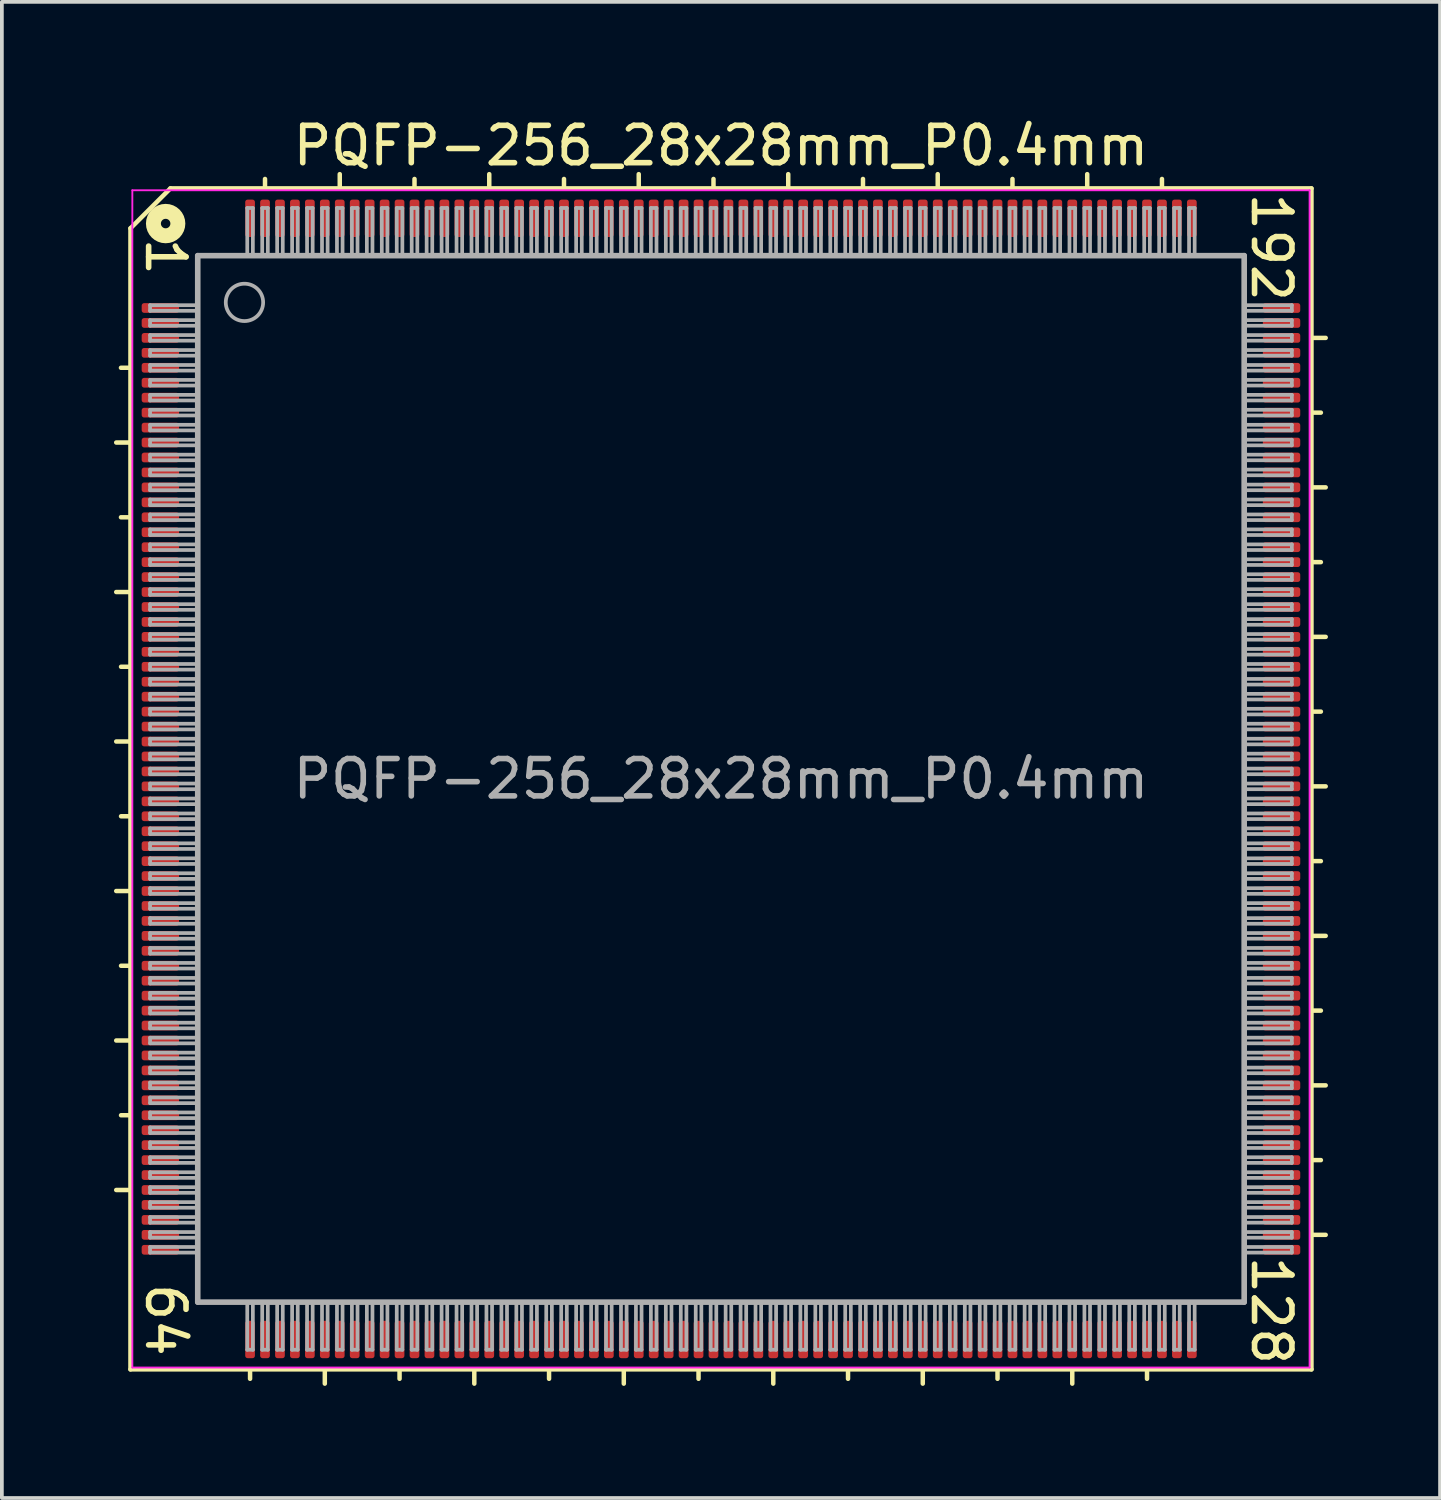
<source format=kicad_pcb>
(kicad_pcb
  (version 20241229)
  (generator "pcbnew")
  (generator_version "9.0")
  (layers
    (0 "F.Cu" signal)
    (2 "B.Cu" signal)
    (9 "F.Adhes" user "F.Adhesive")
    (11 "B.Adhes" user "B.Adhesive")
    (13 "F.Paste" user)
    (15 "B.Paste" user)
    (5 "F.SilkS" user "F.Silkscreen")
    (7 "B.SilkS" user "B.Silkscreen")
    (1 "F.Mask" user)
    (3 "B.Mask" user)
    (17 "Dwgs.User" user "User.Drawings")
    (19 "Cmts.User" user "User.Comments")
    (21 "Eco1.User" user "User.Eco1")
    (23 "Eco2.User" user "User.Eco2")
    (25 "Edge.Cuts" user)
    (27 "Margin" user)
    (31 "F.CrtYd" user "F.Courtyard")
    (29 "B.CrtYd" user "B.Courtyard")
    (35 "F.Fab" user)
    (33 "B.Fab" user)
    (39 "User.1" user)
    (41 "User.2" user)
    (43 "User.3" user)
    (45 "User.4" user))
  (footprint "PQFP-256_28x28mm_P0.4mm"
    (layer "F.Cu")
    (at 16.241 17.791)
    (property "Reference" "PQFP-256_28x28mm_P0.4mm" (at 0 -16.943 0) (layer "F.SilkS") (effects (font (size 1 1) (thickness 0.15))))
    (attr smd)
    (fp_line (start -15.852 1) (end -16.052 1) (stroke (width 0.12) (type solid)) (layer "F.SilkS"))
    (fp_line (start -15.852 3) (end -16.181 3) (stroke (width 0.12) (type solid)) (layer "F.SilkS"))
    (fp_line (start -15.852 5) (end -16.052 5) (stroke (width 0.12) (type solid)) (layer "F.SilkS"))
    (fp_line (start -15.852 7) (end -16.181 7) (stroke (width 0.12) (type solid)) (layer "F.SilkS"))
    (fp_line (start -15.852 9) (end -16.052 9) (stroke (width 0.12) (type solid)) (layer "F.SilkS"))
    (fp_line (start -15.852 11) (end -16.181 11) (stroke (width 0.12) (type solid)) (layer "F.SilkS"))
    (fp_line (start -15.8 -14.732) (end -15.8 15.8) (stroke (width 0.12) (type solid)) (layer "F.SilkS"))
    (fp_line (start -15.8 -11) (end -16.054 -11) (stroke (width 0.12) (type solid)) (layer "F.SilkS"))
    (fp_line (start -15.8 -9) (end -16.181 -9) (stroke (width 0.12) (type solid)) (layer "F.SilkS"))
    (fp_line (start -15.8 -7) (end -16.054 -7) (stroke (width 0.12) (type solid)) (layer "F.SilkS"))
    (fp_line (start -15.8 -5) (end -16.181 -5) (stroke (width 0.12) (type solid)) (layer "F.SilkS"))
    (fp_line (start -15.8 -3) (end -16.052 -3) (stroke (width 0.12) (type solid)) (layer "F.SilkS"))
    (fp_line (start -15.8 -1) (end -16.181 -1) (stroke (width 0.12) (type solid)) (layer "F.SilkS"))
    (fp_line (start -15.8 15.8) (end 15.8 15.8) (stroke (width 0.12) (type solid)) (layer "F.SilkS"))
    (fp_line (start -14.732 -15.8) (end -15.8 -14.732) (stroke (width 0.12) (type solid)) (layer "F.SilkS"))
    (fp_line (start -12.6 16.052) (end -12.6 15.852) (stroke (width 0.12) (type solid)) (layer "F.SilkS"))
    (fp_line (start -12.2 -15.852) (end -12.2 -16.052) (stroke (width 0.12) (type solid)) (layer "F.SilkS"))
    (fp_line (start -10.6 16.181) (end -10.6 15.852) (stroke (width 0.12) (type solid)) (layer "F.SilkS"))
    (fp_line (start -10.2 -15.852) (end -10.2 -16.181) (stroke (width 0.12) (type solid)) (layer "F.SilkS"))
    (fp_line (start -8.6 15.852) (end -8.6 16.052) (stroke (width 0.12) (type solid)) (layer "F.SilkS"))
    (fp_line (start -8.2 -15.852) (end -8.2 -16.052) (stroke (width 0.12) (type solid)) (layer "F.SilkS"))
    (fp_line (start -6.6 16.181) (end -6.6 15.852) (stroke (width 0.12) (type solid)) (layer "F.SilkS"))
    (fp_line (start -6.2 -15.852) (end -6.2 -16.181) (stroke (width 0.12) (type solid)) (layer "F.SilkS"))
    (fp_line (start -4.6 16.052) (end -4.6 15.852) (stroke (width 0.12) (type solid)) (layer "F.SilkS"))
    (fp_line (start -4.2 -15.852) (end -4.2 -16.052) (stroke (width 0.12) (type solid)) (layer "F.SilkS"))
    (fp_line (start -2.6 16.181) (end -2.6 15.852) (stroke (width 0.12) (type solid)) (layer "F.SilkS"))
    (fp_line (start -2.2 -15.852) (end -2.2 -16.181) (stroke (width 0.12) (type solid)) (layer "F.SilkS"))
    (fp_line (start -0.6 16.052) (end -0.6 15.852) (stroke (width 0.12) (type solid)) (layer "F.SilkS"))
    (fp_line (start -0.2 -15.852) (end -0.2 -16.052) (stroke (width 0.12) (type solid)) (layer "F.SilkS"))
    (fp_line (start 1.4 16.181) (end 1.4 15.852) (stroke (width 0.12) (type solid)) (layer "F.SilkS"))
    (fp_line (start 1.8 -15.852) (end 1.8 -16.181) (stroke (width 0.12) (type solid)) (layer "F.SilkS"))
    (fp_line (start 3.4 16.052) (end 3.4 15.852) (stroke (width 0.12) (type solid)) (layer "F.SilkS"))
    (fp_line (start 3.8 -15.852) (end 3.8 -16.052) (stroke (width 0.12) (type solid)) (layer "F.SilkS"))
    (fp_line (start 5.4 16.181) (end 5.4 15.852) (stroke (width 0.12) (type solid)) (layer "F.SilkS"))
    (fp_line (start 5.8 -15.852) (end 5.8 -16.181) (stroke (width 0.12) (type solid)) (layer "F.SilkS"))
    (fp_line (start 7.4 16.052) (end 7.4 15.852) (stroke (width 0.12) (type solid)) (layer "F.SilkS"))
    (fp_line (start 7.8 -15.852) (end 7.8 -16.052) (stroke (width 0.12) (type solid)) (layer "F.SilkS"))
    (fp_line (start 9.4 16.181) (end 9.4 15.852) (stroke (width 0.12) (type solid)) (layer "F.SilkS"))
    (fp_line (start 9.8 -15.852) (end 9.8 -16.181) (stroke (width 0.12) (type solid)) (layer "F.SilkS"))
    (fp_line (start 11.4 16.052) (end 11.4 15.852) (stroke (width 0.12) (type solid)) (layer "F.SilkS"))
    (fp_line (start 11.8 -15.852) (end 11.8 -16.052) (stroke (width 0.12) (type solid)) (layer "F.SilkS"))
    (fp_line (start 15.8 -15.8) (end -14.732 -15.8) (stroke (width 0.12) (type solid)) (layer "F.SilkS"))
    (fp_line (start 15.8 15.8) (end 15.8 -15.8) (stroke (width 0.12) (type solid)) (layer "F.SilkS"))
    (fp_line (start 15.852 -11.8) (end 16.181 -11.8) (stroke (width 0.12) (type solid)) (layer "F.SilkS"))
    (fp_line (start 15.852 -9.8) (end 16.052 -9.8) (stroke (width 0.12) (type solid)) (layer "F.SilkS"))
    (fp_line (start 15.852 -7.8) (end 16.181 -7.8) (stroke (width 0.12) (type solid)) (layer "F.SilkS"))
    (fp_line (start 15.852 -5.8) (end 16.052 -5.8) (stroke (width 0.12) (type solid)) (layer "F.SilkS"))
    (fp_line (start 15.852 -3.8) (end 16.181 -3.8) (stroke (width 0.12) (type solid)) (layer "F.SilkS"))
    (fp_line (start 15.852 -1.8) (end 16.052 -1.8) (stroke (width 0.12) (type solid)) (layer "F.SilkS"))
    (fp_line (start 15.852 0.2) (end 16.181 0.2) (stroke (width 0.12) (type solid)) (layer "F.SilkS"))
    (fp_line (start 15.852 2.2) (end 16.052 2.2) (stroke (width 0.12) (type solid)) (layer "F.SilkS"))
    (fp_line (start 15.852 4.2) (end 16.181 4.2) (stroke (width 0.12) (type solid)) (layer "F.SilkS"))
    (fp_line (start 15.852 6.2) (end 16.052 6.2) (stroke (width 0.12) (type solid)) (layer "F.SilkS"))
    (fp_line (start 15.852 8.2) (end 16.181 8.2) (stroke (width 0.12) (type solid)) (layer "F.SilkS"))
    (fp_line (start 15.852 10.2) (end 16.052 10.2) (stroke (width 0.12) (type solid)) (layer "F.SilkS"))
    (fp_line (start 15.852 12.2) (end 16.181 12.2) (stroke (width 0.12) (type solid)) (layer "F.SilkS"))
    (fp_circle (center -14.859 -14.859) (end -14.732 -14.859) (stroke (width 0.4) (type solid)) (fill no) (layer "F.SilkS"))
    (fp_line (start -15.75 -15.75) (end -15.75 15.75) (stroke (width 0.05) (type solid)) (layer "F.CrtYd"))
    (fp_line (start -15.75 -15.75) (end 15.75 -15.75) (stroke (width 0.05) (type solid)) (layer "F.CrtYd"))
    (fp_line (start -15.75 15.75) (end 15.75 15.75) (stroke (width 0.05) (type solid)) (layer "F.CrtYd"))
    (fp_line (start 15.75 -15.75) (end 15.75 15.75) (stroke (width 0.05) (type solid)) (layer "F.CrtYd"))
    (fp_line (start -15.275 -12.675) (end -15.275 -12.525) (stroke (width 0.1) (type solid)) (layer "F.Fab"))
    (fp_line (start -15.275 -12.675) (end -14 -12.675) (stroke (width 0.1) (type solid)) (layer "F.Fab"))
    (fp_line (start -15.275 -12.525) (end -14 -12.525) (stroke (width 0.1) (type solid)) (layer "F.Fab"))
    (fp_line (start -15.275 -12.275) (end -15.275 -12.125) (stroke (width 0.1) (type solid)) (layer "F.Fab"))
    (fp_line (start -15.275 -12.275) (end -14 -12.275) (stroke (width 0.1) (type solid)) (layer "F.Fab"))
    (fp_line (start -15.275 -12.125) (end -14 -12.125) (stroke (width 0.1) (type solid)) (layer "F.Fab"))
    (fp_line (start -15.275 -11.875) (end -15.275 -11.725) (stroke (width 0.1) (type solid)) (layer "F.Fab"))
    (fp_line (start -15.275 -11.875) (end -14 -11.875) (stroke (width 0.1) (type solid)) (layer "F.Fab"))
    (fp_line (start -15.275 -11.725) (end -14 -11.725) (stroke (width 0.1) (type solid)) (layer "F.Fab"))
    (fp_line (start -15.275 -11.475) (end -15.275 -11.325) (stroke (width 0.1) (type solid)) (layer "F.Fab"))
    (fp_line (start -15.275 -11.475) (end -14 -11.475) (stroke (width 0.1) (type solid)) (layer "F.Fab"))
    (fp_line (start -15.275 -11.325) (end -14 -11.325) (stroke (width 0.1) (type solid)) (layer "F.Fab"))
    (fp_line (start -15.275 -11.075) (end -15.275 -10.925) (stroke (width 0.1) (type solid)) (layer "F.Fab"))
    (fp_line (start -15.275 -11.075) (end -14 -11.075) (stroke (width 0.1) (type solid)) (layer "F.Fab"))
    (fp_line (start -15.275 -10.925) (end -14 -10.925) (stroke (width 0.1) (type solid)) (layer "F.Fab"))
    (fp_line (start -15.275 -10.675) (end -15.275 -10.525) (stroke (width 0.1) (type solid)) (layer "F.Fab"))
    (fp_line (start -15.275 -10.675) (end -14 -10.675) (stroke (width 0.1) (type solid)) (layer "F.Fab"))
    (fp_line (start -15.275 -10.525) (end -14 -10.525) (stroke (width 0.1) (type solid)) (layer "F.Fab"))
    (fp_line (start -15.275 -10.275) (end -15.275 -10.125) (stroke (width 0.1) (type solid)) (layer "F.Fab"))
    (fp_line (start -15.275 -10.275) (end -14 -10.275) (stroke (width 0.1) (type solid)) (layer "F.Fab"))
    (fp_line (start -15.275 -10.125) (end -14 -10.125) (stroke (width 0.1) (type solid)) (layer "F.Fab"))
    (fp_line (start -15.275 -9.875) (end -15.275 -9.725) (stroke (width 0.1) (type solid)) (layer "F.Fab"))
    (fp_line (start -15.275 -9.875) (end -14 -9.875) (stroke (width 0.1) (type solid)) (layer "F.Fab"))
    (fp_line (start -15.275 -9.725) (end -14 -9.725) (stroke (width 0.1) (type solid)) (layer "F.Fab"))
    (fp_line (start -15.275 -9.475) (end -15.275 -9.325) (stroke (width 0.1) (type solid)) (layer "F.Fab"))
    (fp_line (start -15.275 -9.475) (end -14 -9.475) (stroke (width 0.1) (type solid)) (layer "F.Fab"))
    (fp_line (start -15.275 -9.325) (end -14 -9.325) (stroke (width 0.1) (type solid)) (layer "F.Fab"))
    (fp_line (start -15.275 -9.075) (end -15.275 -8.925) (stroke (width 0.1) (type solid)) (layer "F.Fab"))
    (fp_line (start -15.275 -9.075) (end -14 -9.075) (stroke (width 0.1) (type solid)) (layer "F.Fab"))
    (fp_line (start -15.275 -8.925) (end -14 -8.925) (stroke (width 0.1) (type solid)) (layer "F.Fab"))
    (fp_line (start -15.275 -8.675) (end -15.275 -8.525) (stroke (width 0.1) (type solid)) (layer "F.Fab"))
    (fp_line (start -15.275 -8.675) (end -14 -8.675) (stroke (width 0.1) (type solid)) (layer "F.Fab"))
    (fp_line (start -15.275 -8.525) (end -14 -8.525) (stroke (width 0.1) (type solid)) (layer "F.Fab"))
    (fp_line (start -15.275 -8.275) (end -15.275 -8.125) (stroke (width 0.1) (type solid)) (layer "F.Fab"))
    (fp_line (start -15.275 -8.275) (end -14 -8.275) (stroke (width 0.1) (type solid)) (layer "F.Fab"))
    (fp_line (start -15.275 -8.125) (end -14 -8.125) (stroke (width 0.1) (type solid)) (layer "F.Fab"))
    (fp_line (start -15.275 -7.875) (end -15.275 -7.725) (stroke (width 0.1) (type solid)) (layer "F.Fab"))
    (fp_line (start -15.275 -7.875) (end -14 -7.875) (stroke (width 0.1) (type solid)) (layer "F.Fab"))
    (fp_line (start -15.275 -7.725) (end -14 -7.725) (stroke (width 0.1) (type solid)) (layer "F.Fab"))
    (fp_line (start -15.275 -7.475) (end -15.275 -7.325) (stroke (width 0.1) (type solid)) (layer "F.Fab"))
    (fp_line (start -15.275 -7.475) (end -14 -7.475) (stroke (width 0.1) (type solid)) (layer "F.Fab"))
    (fp_line (start -15.275 -7.325) (end -14 -7.325) (stroke (width 0.1) (type solid)) (layer "F.Fab"))
    (fp_line (start -15.275 -7.075) (end -15.275 -6.925) (stroke (width 0.1) (type solid)) (layer "F.Fab"))
    (fp_line (start -15.275 -7.075) (end -14 -7.075) (stroke (width 0.1) (type solid)) (layer "F.Fab"))
    (fp_line (start -15.275 -6.925) (end -14 -6.925) (stroke (width 0.1) (type solid)) (layer "F.Fab"))
    (fp_line (start -15.275 -6.675) (end -15.275 -6.525) (stroke (width 0.1) (type solid)) (layer "F.Fab"))
    (fp_line (start -15.275 -6.675) (end -14 -6.675) (stroke (width 0.1) (type solid)) (layer "F.Fab"))
    (fp_line (start -15.275 -6.525) (end -14 -6.525) (stroke (width 0.1) (type solid)) (layer "F.Fab"))
    (fp_line (start -15.275 -6.275) (end -15.275 -6.125) (stroke (width 0.1) (type solid)) (layer "F.Fab"))
    (fp_line (start -15.275 -6.275) (end -14 -6.275) (stroke (width 0.1) (type solid)) (layer "F.Fab"))
    (fp_line (start -15.275 -6.125) (end -14 -6.125) (stroke (width 0.1) (type solid)) (layer "F.Fab"))
    (fp_line (start -15.275 -5.875) (end -15.275 -5.725) (stroke (width 0.1) (type solid)) (layer "F.Fab"))
    (fp_line (start -15.275 -5.875) (end -14 -5.875) (stroke (width 0.1) (type solid)) (layer "F.Fab"))
    (fp_line (start -15.275 -5.725) (end -14 -5.725) (stroke (width 0.1) (type solid)) (layer "F.Fab"))
    (fp_line (start -15.275 -5.475) (end -15.275 -5.325) (stroke (width 0.1) (type solid)) (layer "F.Fab"))
    (fp_line (start -15.275 -5.475) (end -14 -5.475) (stroke (width 0.1) (type solid)) (layer "F.Fab"))
    (fp_line (start -15.275 -5.325) (end -14 -5.325) (stroke (width 0.1) (type solid)) (layer "F.Fab"))
    (fp_line (start -15.275 -5.075) (end -15.275 -4.925) (stroke (width 0.1) (type solid)) (layer "F.Fab"))
    (fp_line (start -15.275 -5.075) (end -14 -5.075) (stroke (width 0.1) (type solid)) (layer "F.Fab"))
    (fp_line (start -15.275 -4.925) (end -14 -4.925) (stroke (width 0.1) (type solid)) (layer "F.Fab"))
    (fp_line (start -15.275 -4.675) (end -15.275 -4.525) (stroke (width 0.1) (type solid)) (layer "F.Fab"))
    (fp_line (start -15.275 -4.675) (end -14 -4.675) (stroke (width 0.1) (type solid)) (layer "F.Fab"))
    (fp_line (start -15.275 -4.525) (end -14 -4.525) (stroke (width 0.1) (type solid)) (layer "F.Fab"))
    (fp_line (start -15.275 -4.275) (end -15.275 -4.125) (stroke (width 0.1) (type solid)) (layer "F.Fab"))
    (fp_line (start -15.275 -4.275) (end -14 -4.275) (stroke (width 0.1) (type solid)) (layer "F.Fab"))
    (fp_line (start -15.275 -4.125) (end -14 -4.125) (stroke (width 0.1) (type solid)) (layer "F.Fab"))
    (fp_line (start -15.275 -3.875) (end -15.275 -3.725) (stroke (width 0.1) (type solid)) (layer "F.Fab"))
    (fp_line (start -15.275 -3.875) (end -14 -3.875) (stroke (width 0.1) (type solid)) (layer "F.Fab"))
    (fp_line (start -15.275 -3.725) (end -14 -3.725) (stroke (width 0.1) (type solid)) (layer "F.Fab"))
    (fp_line (start -15.275 -3.475) (end -15.275 -3.325) (stroke (width 0.1) (type solid)) (layer "F.Fab"))
    (fp_line (start -15.275 -3.475) (end -14 -3.475) (stroke (width 0.1) (type solid)) (layer "F.Fab"))
    (fp_line (start -15.275 -3.325) (end -14 -3.325) (stroke (width 0.1) (type solid)) (layer "F.Fab"))
    (fp_line (start -15.275 -3.075) (end -15.275 -2.925) (stroke (width 0.1) (type solid)) (layer "F.Fab"))
    (fp_line (start -15.275 -3.075) (end -14 -3.075) (stroke (width 0.1) (type solid)) (layer "F.Fab"))
    (fp_line (start -15.275 -2.925) (end -14 -2.925) (stroke (width 0.1) (type solid)) (layer "F.Fab"))
    (fp_line (start -15.275 -2.675) (end -15.275 -2.525) (stroke (width 0.1) (type solid)) (layer "F.Fab"))
    (fp_line (start -15.275 -2.675) (end -14 -2.675) (stroke (width 0.1) (type solid)) (layer "F.Fab"))
    (fp_line (start -15.275 -2.525) (end -14 -2.525) (stroke (width 0.1) (type solid)) (layer "F.Fab"))
    (fp_line (start -15.275 -2.275) (end -15.275 -2.125) (stroke (width 0.1) (type solid)) (layer "F.Fab"))
    (fp_line (start -15.275 -2.275) (end -14 -2.275) (stroke (width 0.1) (type solid)) (layer "F.Fab"))
    (fp_line (start -15.275 -2.125) (end -14 -2.125) (stroke (width 0.1) (type solid)) (layer "F.Fab"))
    (fp_line (start -15.275 -1.875) (end -15.275 -1.725) (stroke (width 0.1) (type solid)) (layer "F.Fab"))
    (fp_line (start -15.275 -1.875) (end -14 -1.875) (stroke (width 0.1) (type solid)) (layer "F.Fab"))
    (fp_line (start -15.275 -1.725) (end -14 -1.725) (stroke (width 0.1) (type solid)) (layer "F.Fab"))
    (fp_line (start -15.275 -1.475) (end -15.275 -1.325) (stroke (width 0.1) (type solid)) (layer "F.Fab"))
    (fp_line (start -15.275 -1.475) (end -14 -1.475) (stroke (width 0.1) (type solid)) (layer "F.Fab"))
    (fp_line (start -15.275 -1.325) (end -14 -1.325) (stroke (width 0.1) (type solid)) (layer "F.Fab"))
    (fp_line (start -15.275 -1.075) (end -15.275 -0.925) (stroke (width 0.1) (type solid)) (layer "F.Fab"))
    (fp_line (start -15.275 -1.075) (end -14 -1.075) (stroke (width 0.1) (type solid)) (layer "F.Fab"))
    (fp_line (start -15.275 -0.925) (end -14 -0.925) (stroke (width 0.1) (type solid)) (layer "F.Fab"))
    (fp_line (start -15.275 -0.675) (end -15.275 -0.525) (stroke (width 0.1) (type solid)) (layer "F.Fab"))
    (fp_line (start -15.275 -0.675) (end -14 -0.675) (stroke (width 0.1) (type solid)) (layer "F.Fab"))
    (fp_line (start -15.275 -0.525) (end -14 -0.525) (stroke (width 0.1) (type solid)) (layer "F.Fab"))
    (fp_line (start -15.275 -0.275) (end -15.275 -0.125) (stroke (width 0.1) (type solid)) (layer "F.Fab"))
    (fp_line (start -15.275 -0.275) (end -14 -0.275) (stroke (width 0.1) (type solid)) (layer "F.Fab"))
    (fp_line (start -15.275 -0.125) (end -14 -0.125) (stroke (width 0.1) (type solid)) (layer "F.Fab"))
    (fp_line (start -15.275 0.125) (end -15.275 0.275) (stroke (width 0.1) (type solid)) (layer "F.Fab"))
    (fp_line (start -15.275 0.125) (end -14 0.125) (stroke (width 0.1) (type solid)) (layer "F.Fab"))
    (fp_line (start -15.275 0.275) (end -14 0.275) (stroke (width 0.1) (type solid)) (layer "F.Fab"))
    (fp_line (start -15.275 0.525) (end -15.275 0.675) (stroke (width 0.1) (type solid)) (layer "F.Fab"))
    (fp_line (start -15.275 0.525) (end -14 0.525) (stroke (width 0.1) (type solid)) (layer "F.Fab"))
    (fp_line (start -15.275 0.675) (end -14 0.675) (stroke (width 0.1) (type solid)) (layer "F.Fab"))
    (fp_line (start -15.275 0.925) (end -15.275 1.075) (stroke (width 0.1) (type solid)) (layer "F.Fab"))
    (fp_line (start -15.275 0.925) (end -14 0.925) (stroke (width 0.1) (type solid)) (layer "F.Fab"))
    (fp_line (start -15.275 1.075) (end -14 1.075) (stroke (width 0.1) (type solid)) (layer "F.Fab"))
    (fp_line (start -15.275 1.325) (end -15.275 1.475) (stroke (width 0.1) (type solid)) (layer "F.Fab"))
    (fp_line (start -15.275 1.325) (end -14 1.325) (stroke (width 0.1) (type solid)) (layer "F.Fab"))
    (fp_line (start -15.275 1.475) (end -14 1.475) (stroke (width 0.1) (type solid)) (layer "F.Fab"))
    (fp_line (start -15.275 1.725) (end -15.275 1.875) (stroke (width 0.1) (type solid)) (layer "F.Fab"))
    (fp_line (start -15.275 1.725) (end -14 1.725) (stroke (width 0.1) (type solid)) (layer "F.Fab"))
    (fp_line (start -15.275 1.875) (end -14 1.875) (stroke (width 0.1) (type solid)) (layer "F.Fab"))
    (fp_line (start -15.275 2.125) (end -15.275 2.275) (stroke (width 0.1) (type solid)) (layer "F.Fab"))
    (fp_line (start -15.275 2.125) (end -14 2.125) (stroke (width 0.1) (type solid)) (layer "F.Fab"))
    (fp_line (start -15.275 2.275) (end -14 2.275) (stroke (width 0.1) (type solid)) (layer "F.Fab"))
    (fp_line (start -15.275 2.525) (end -15.275 2.675) (stroke (width 0.1) (type solid)) (layer "F.Fab"))
    (fp_line (start -15.275 2.525) (end -14 2.525) (stroke (width 0.1) (type solid)) (layer "F.Fab"))
    (fp_line (start -15.275 2.675) (end -14 2.675) (stroke (width 0.1) (type solid)) (layer "F.Fab"))
    (fp_line (start -15.275 2.925) (end -15.275 3.075) (stroke (width 0.1) (type solid)) (layer "F.Fab"))
    (fp_line (start -15.275 2.925) (end -14 2.925) (stroke (width 0.1) (type solid)) (layer "F.Fab"))
    (fp_line (start -15.275 3.075) (end -14 3.075) (stroke (width 0.1) (type solid)) (layer "F.Fab"))
    (fp_line (start -15.275 3.325) (end -15.275 3.475) (stroke (width 0.1) (type solid)) (layer "F.Fab"))
    (fp_line (start -15.275 3.325) (end -14 3.325) (stroke (width 0.1) (type solid)) (layer "F.Fab"))
    (fp_line (start -15.275 3.475) (end -14 3.475) (stroke (width 0.1) (type solid)) (layer "F.Fab"))
    (fp_line (start -15.275 3.725) (end -15.275 3.875) (stroke (width 0.1) (type solid)) (layer "F.Fab"))
    (fp_line (start -15.275 3.725) (end -14 3.725) (stroke (width 0.1) (type solid)) (layer "F.Fab"))
    (fp_line (start -15.275 3.875) (end -14 3.875) (stroke (width 0.1) (type solid)) (layer "F.Fab"))
    (fp_line (start -15.275 4.125) (end -15.275 4.275) (stroke (width 0.1) (type solid)) (layer "F.Fab"))
    (fp_line (start -15.275 4.125) (end -14 4.125) (stroke (width 0.1) (type solid)) (layer "F.Fab"))
    (fp_line (start -15.275 4.275) (end -14 4.275) (stroke (width 0.1) (type solid)) (layer "F.Fab"))
    (fp_line (start -15.275 4.525) (end -15.275 4.675) (stroke (width 0.1) (type solid)) (layer "F.Fab"))
    (fp_line (start -15.275 4.525) (end -14 4.525) (stroke (width 0.1) (type solid)) (layer "F.Fab"))
    (fp_line (start -15.275 4.675) (end -14 4.675) (stroke (width 0.1) (type solid)) (layer "F.Fab"))
    (fp_line (start -15.275 4.925) (end -15.275 5.075) (stroke (width 0.1) (type solid)) (layer "F.Fab"))
    (fp_line (start -15.275 4.925) (end -14 4.925) (stroke (width 0.1) (type solid)) (layer "F.Fab"))
    (fp_line (start -15.275 5.075) (end -14 5.075) (stroke (width 0.1) (type solid)) (layer "F.Fab"))
    (fp_line (start -15.275 5.325) (end -15.275 5.475) (stroke (width 0.1) (type solid)) (layer "F.Fab"))
    (fp_line (start -15.275 5.325) (end -14 5.325) (stroke (width 0.1) (type solid)) (layer "F.Fab"))
    (fp_line (start -15.275 5.475) (end -14 5.475) (stroke (width 0.1) (type solid)) (layer "F.Fab"))
    (fp_line (start -15.275 5.725) (end -15.275 5.875) (stroke (width 0.1) (type solid)) (layer "F.Fab"))
    (fp_line (start -15.275 5.725) (end -14 5.725) (stroke (width 0.1) (type solid)) (layer "F.Fab"))
    (fp_line (start -15.275 5.875) (end -14 5.875) (stroke (width 0.1) (type solid)) (layer "F.Fab"))
    (fp_line (start -15.275 6.125) (end -15.275 6.275) (stroke (width 0.1) (type solid)) (layer "F.Fab"))
    (fp_line (start -15.275 6.125) (end -14 6.125) (stroke (width 0.1) (type solid)) (layer "F.Fab"))
    (fp_line (start -15.275 6.275) (end -14 6.275) (stroke (width 0.1) (type solid)) (layer "F.Fab"))
    (fp_line (start -15.275 6.525) (end -15.275 6.675) (stroke (width 0.1) (type solid)) (layer "F.Fab"))
    (fp_line (start -15.275 6.525) (end -14 6.525) (stroke (width 0.1) (type solid)) (layer "F.Fab"))
    (fp_line (start -15.275 6.675) (end -14 6.675) (stroke (width 0.1) (type solid)) (layer "F.Fab"))
    (fp_line (start -15.275 6.925) (end -15.275 7.075) (stroke (width 0.1) (type solid)) (layer "F.Fab"))
    (fp_line (start -15.275 6.925) (end -14 6.925) (stroke (width 0.1) (type solid)) (layer "F.Fab"))
    (fp_line (start -15.275 7.075) (end -14 7.075) (stroke (width 0.1) (type solid)) (layer "F.Fab"))
    (fp_line (start -15.275 7.325) (end -15.275 7.475) (stroke (width 0.1) (type solid)) (layer "F.Fab"))
    (fp_line (start -15.275 7.325) (end -14 7.325) (stroke (width 0.1) (type solid)) (layer "F.Fab"))
    (fp_line (start -15.275 7.475) (end -14 7.475) (stroke (width 0.1) (type solid)) (layer "F.Fab"))
    (fp_line (start -15.275 7.725) (end -15.275 7.875) (stroke (width 0.1) (type solid)) (layer "F.Fab"))
    (fp_line (start -15.275 7.725) (end -14 7.725) (stroke (width 0.1) (type solid)) (layer "F.Fab"))
    (fp_line (start -15.275 7.875) (end -14 7.875) (stroke (width 0.1) (type solid)) (layer "F.Fab"))
    (fp_line (start -15.275 8.125) (end -15.275 8.275) (stroke (width 0.1) (type solid)) (layer "F.Fab"))
    (fp_line (start -15.275 8.125) (end -14 8.125) (stroke (width 0.1) (type solid)) (layer "F.Fab"))
    (fp_line (start -15.275 8.275) (end -14 8.275) (stroke (width 0.1) (type solid)) (layer "F.Fab"))
    (fp_line (start -15.275 8.525) (end -15.275 8.675) (stroke (width 0.1) (type solid)) (layer "F.Fab"))
    (fp_line (start -15.275 8.525) (end -14 8.525) (stroke (width 0.1) (type solid)) (layer "F.Fab"))
    (fp_line (start -15.275 8.675) (end -14 8.675) (stroke (width 0.1) (type solid)) (layer "F.Fab"))
    (fp_line (start -15.275 8.925) (end -15.275 9.075) (stroke (width 0.1) (type solid)) (layer "F.Fab"))
    (fp_line (start -15.275 8.925) (end -14 8.925) (stroke (width 0.1) (type solid)) (layer "F.Fab"))
    (fp_line (start -15.275 9.075) (end -14 9.075) (stroke (width 0.1) (type solid)) (layer "F.Fab"))
    (fp_line (start -15.275 9.325) (end -15.275 9.475) (stroke (width 0.1) (type solid)) (layer "F.Fab"))
    (fp_line (start -15.275 9.325) (end -14 9.325) (stroke (width 0.1) (type solid)) (layer "F.Fab"))
    (fp_line (start -15.275 9.475) (end -14 9.475) (stroke (width 0.1) (type solid)) (layer "F.Fab"))
    (fp_line (start -15.275 9.725) (end -15.275 9.875) (stroke (width 0.1) (type solid)) (layer "F.Fab"))
    (fp_line (start -15.275 9.725) (end -14 9.725) (stroke (width 0.1) (type solid)) (layer "F.Fab"))
    (fp_line (start -15.275 9.875) (end -14 9.875) (stroke (width 0.1) (type solid)) (layer "F.Fab"))
    (fp_line (start -15.275 10.125) (end -15.275 10.275) (stroke (width 0.1) (type solid)) (layer "F.Fab"))
    (fp_line (start -15.275 10.125) (end -14 10.125) (stroke (width 0.1) (type solid)) (layer "F.Fab"))
    (fp_line (start -15.275 10.275) (end -14 10.275) (stroke (width 0.1) (type solid)) (layer "F.Fab"))
    (fp_line (start -15.275 10.525) (end -15.275 10.675) (stroke (width 0.1) (type solid)) (layer "F.Fab"))
    (fp_line (start -15.275 10.525) (end -14 10.525) (stroke (width 0.1) (type solid)) (layer "F.Fab"))
    (fp_line (start -15.275 10.675) (end -14 10.675) (stroke (width 0.1) (type solid)) (layer "F.Fab"))
    (fp_line (start -15.275 10.925) (end -15.275 11.075) (stroke (width 0.1) (type solid)) (layer "F.Fab"))
    (fp_line (start -15.275 10.925) (end -14 10.925) (stroke (width 0.1) (type solid)) (layer "F.Fab"))
    (fp_line (start -15.275 11.075) (end -14 11.075) (stroke (width 0.1) (type solid)) (layer "F.Fab"))
    (fp_line (start -15.275 11.325) (end -15.275 11.475) (stroke (width 0.1) (type solid)) (layer "F.Fab"))
    (fp_line (start -15.275 11.325) (end -14 11.325) (stroke (width 0.1) (type solid)) (layer "F.Fab"))
    (fp_line (start -15.275 11.475) (end -14 11.475) (stroke (width 0.1) (type solid)) (layer "F.Fab"))
    (fp_line (start -15.275 11.725) (end -15.275 11.875) (stroke (width 0.1) (type solid)) (layer "F.Fab"))
    (fp_line (start -15.275 11.725) (end -14 11.725) (stroke (width 0.1) (type solid)) (layer "F.Fab"))
    (fp_line (start -15.275 11.875) (end -14 11.875) (stroke (width 0.1) (type solid)) (layer "F.Fab"))
    (fp_line (start -15.275 12.125) (end -15.275 12.275) (stroke (width 0.1) (type solid)) (layer "F.Fab"))
    (fp_line (start -15.275 12.125) (end -14 12.125) (stroke (width 0.1) (type solid)) (layer "F.Fab"))
    (fp_line (start -15.275 12.275) (end -14 12.275) (stroke (width 0.1) (type solid)) (layer "F.Fab"))
    (fp_line (start -15.275 12.525) (end -15.275 12.675) (stroke (width 0.1) (type solid)) (layer "F.Fab"))
    (fp_line (start -15.275 12.525) (end -14 12.525) (stroke (width 0.1) (type solid)) (layer "F.Fab"))
    (fp_line (start -15.275 12.675) (end -14 12.675) (stroke (width 0.1) (type solid)) (layer "F.Fab"))
    (fp_line (start -14 -14) (end 14 -14) (stroke (width 0.15) (type solid)) (layer "F.Fab"))
    (fp_line (start -14 14) (end -14 -14) (stroke (width 0.15) (type solid)) (layer "F.Fab"))
    (fp_line (start -12.675 -15.275) (end -12.675 -14) (stroke (width 0.1) (type solid)) (layer "F.Fab"))
    (fp_line (start -12.675 15.275) (end -12.675 14) (stroke (width 0.1) (type solid)) (layer "F.Fab"))
    (fp_line (start -12.675 15.275) (end -12.525 15.275) (stroke (width 0.1) (type solid)) (layer "F.Fab"))
    (fp_line (start -12.525 -15.275) (end -12.675 -15.275) (stroke (width 0.1) (type solid)) (layer "F.Fab"))
    (fp_line (start -12.525 -15.275) (end -12.525 -14) (stroke (width 0.1) (type solid)) (layer "F.Fab"))
    (fp_line (start -12.525 15.275) (end -12.525 14) (stroke (width 0.1) (type solid)) (layer "F.Fab"))
    (fp_line (start -12.275 -15.275) (end -12.275 -14) (stroke (width 0.1) (type solid)) (layer "F.Fab"))
    (fp_line (start -12.275 15.275) (end -12.275 14) (stroke (width 0.1) (type solid)) (layer "F.Fab"))
    (fp_line (start -12.275 15.275) (end -12.125 15.275) (stroke (width 0.1) (type solid)) (layer "F.Fab"))
    (fp_line (start -12.125 -15.275) (end -12.275 -15.275) (stroke (width 0.1) (type solid)) (layer "F.Fab"))
    (fp_line (start -12.125 -15.275) (end -12.125 -14) (stroke (width 0.1) (type solid)) (layer "F.Fab"))
    (fp_line (start -12.125 15.275) (end -12.125 14) (stroke (width 0.1) (type solid)) (layer "F.Fab"))
    (fp_line (start -11.875 -15.275) (end -11.875 -14) (stroke (width 0.1) (type solid)) (layer "F.Fab"))
    (fp_line (start -11.875 15.275) (end -11.875 14) (stroke (width 0.1) (type solid)) (layer "F.Fab"))
    (fp_line (start -11.875 15.275) (end -11.725 15.275) (stroke (width 0.1) (type solid)) (layer "F.Fab"))
    (fp_line (start -11.725 -15.275) (end -11.875 -15.275) (stroke (width 0.1) (type solid)) (layer "F.Fab"))
    (fp_line (start -11.725 -15.275) (end -11.725 -14) (stroke (width 0.1) (type solid)) (layer "F.Fab"))
    (fp_line (start -11.725 15.275) (end -11.725 14) (stroke (width 0.1) (type solid)) (layer "F.Fab"))
    (fp_line (start -11.475 -15.275) (end -11.475 -14) (stroke (width 0.1) (type solid)) (layer "F.Fab"))
    (fp_line (start -11.475 15.275) (end -11.475 14) (stroke (width 0.1) (type solid)) (layer "F.Fab"))
    (fp_line (start -11.475 15.275) (end -11.325 15.275) (stroke (width 0.1) (type solid)) (layer "F.Fab"))
    (fp_line (start -11.325 -15.275) (end -11.475 -15.275) (stroke (width 0.1) (type solid)) (layer "F.Fab"))
    (fp_line (start -11.325 -15.275) (end -11.325 -14) (stroke (width 0.1) (type solid)) (layer "F.Fab"))
    (fp_line (start -11.325 15.275) (end -11.325 14) (stroke (width 0.1) (type solid)) (layer "F.Fab"))
    (fp_line (start -11.075 -15.275) (end -11.075 -14) (stroke (width 0.1) (type solid)) (layer "F.Fab"))
    (fp_line (start -11.075 15.275) (end -11.075 14) (stroke (width 0.1) (type solid)) (layer "F.Fab"))
    (fp_line (start -11.075 15.275) (end -10.925 15.275) (stroke (width 0.1) (type solid)) (layer "F.Fab"))
    (fp_line (start -10.925 -15.275) (end -11.075 -15.275) (stroke (width 0.1) (type solid)) (layer "F.Fab"))
    (fp_line (start -10.925 -15.275) (end -10.925 -14) (stroke (width 0.1) (type solid)) (layer "F.Fab"))
    (fp_line (start -10.925 15.275) (end -10.925 14) (stroke (width 0.1) (type solid)) (layer "F.Fab"))
    (fp_line (start -10.675 -15.275) (end -10.675 -14) (stroke (width 0.1) (type solid)) (layer "F.Fab"))
    (fp_line (start -10.675 15.275) (end -10.675 14) (stroke (width 0.1) (type solid)) (layer "F.Fab"))
    (fp_line (start -10.675 15.275) (end -10.525 15.275) (stroke (width 0.1) (type solid)) (layer "F.Fab"))
    (fp_line (start -10.525 -15.275) (end -10.675 -15.275) (stroke (width 0.1) (type solid)) (layer "F.Fab"))
    (fp_line (start -10.525 -15.275) (end -10.525 -14) (stroke (width 0.1) (type solid)) (layer "F.Fab"))
    (fp_line (start -10.525 15.275) (end -10.525 14) (stroke (width 0.1) (type solid)) (layer "F.Fab"))
    (fp_line (start -10.275 -15.275) (end -10.275 -14) (stroke (width 0.1) (type solid)) (layer "F.Fab"))
    (fp_line (start -10.275 15.275) (end -10.275 14) (stroke (width 0.1) (type solid)) (layer "F.Fab"))
    (fp_line (start -10.275 15.275) (end -10.125 15.275) (stroke (width 0.1) (type solid)) (layer "F.Fab"))
    (fp_line (start -10.125 -15.275) (end -10.275 -15.275) (stroke (width 0.1) (type solid)) (layer "F.Fab"))
    (fp_line (start -10.125 -15.275) (end -10.125 -14) (stroke (width 0.1) (type solid)) (layer "F.Fab"))
    (fp_line (start -10.125 15.275) (end -10.125 14) (stroke (width 0.1) (type solid)) (layer "F.Fab"))
    (fp_line (start -9.875 -15.275) (end -9.875 -14) (stroke (width 0.1) (type solid)) (layer "F.Fab"))
    (fp_line (start -9.875 15.275) (end -9.875 14) (stroke (width 0.1) (type solid)) (layer "F.Fab"))
    (fp_line (start -9.875 15.275) (end -9.725 15.275) (stroke (width 0.1) (type solid)) (layer "F.Fab"))
    (fp_line (start -9.725 -15.275) (end -9.875 -15.275) (stroke (width 0.1) (type solid)) (layer "F.Fab"))
    (fp_line (start -9.725 -15.275) (end -9.725 -14) (stroke (width 0.1) (type solid)) (layer "F.Fab"))
    (fp_line (start -9.725 15.275) (end -9.725 14) (stroke (width 0.1) (type solid)) (layer "F.Fab"))
    (fp_line (start -9.475 -15.275) (end -9.475 -14) (stroke (width 0.1) (type solid)) (layer "F.Fab"))
    (fp_line (start -9.475 15.275) (end -9.475 14) (stroke (width 0.1) (type solid)) (layer "F.Fab"))
    (fp_line (start -9.475 15.275) (end -9.325 15.275) (stroke (width 0.1) (type solid)) (layer "F.Fab"))
    (fp_line (start -9.325 -15.275) (end -9.475 -15.275) (stroke (width 0.1) (type solid)) (layer "F.Fab"))
    (fp_line (start -9.325 -15.275) (end -9.325 -14) (stroke (width 0.1) (type solid)) (layer "F.Fab"))
    (fp_line (start -9.325 15.275) (end -9.325 14) (stroke (width 0.1) (type solid)) (layer "F.Fab"))
    (fp_line (start -9.075 -15.275) (end -9.075 -14) (stroke (width 0.1) (type solid)) (layer "F.Fab"))
    (fp_line (start -9.075 15.275) (end -9.075 14) (stroke (width 0.1) (type solid)) (layer "F.Fab"))
    (fp_line (start -9.075 15.275) (end -8.925 15.275) (stroke (width 0.1) (type solid)) (layer "F.Fab"))
    (fp_line (start -8.925 -15.275) (end -9.075 -15.275) (stroke (width 0.1) (type solid)) (layer "F.Fab"))
    (fp_line (start -8.925 -15.275) (end -8.925 -14) (stroke (width 0.1) (type solid)) (layer "F.Fab"))
    (fp_line (start -8.925 15.275) (end -8.925 14) (stroke (width 0.1) (type solid)) (layer "F.Fab"))
    (fp_line (start -8.675 -15.275) (end -8.675 -14) (stroke (width 0.1) (type solid)) (layer "F.Fab"))
    (fp_line (start -8.675 15.275) (end -8.675 14) (stroke (width 0.1) (type solid)) (layer "F.Fab"))
    (fp_line (start -8.675 15.275) (end -8.525 15.275) (stroke (width 0.1) (type solid)) (layer "F.Fab"))
    (fp_line (start -8.525 -15.275) (end -8.675 -15.275) (stroke (width 0.1) (type solid)) (layer "F.Fab"))
    (fp_line (start -8.525 -15.275) (end -8.525 -14) (stroke (width 0.1) (type solid)) (layer "F.Fab"))
    (fp_line (start -8.525 15.275) (end -8.525 14) (stroke (width 0.1) (type solid)) (layer "F.Fab"))
    (fp_line (start -8.275 -15.275) (end -8.275 -14) (stroke (width 0.1) (type solid)) (layer "F.Fab"))
    (fp_line (start -8.275 15.275) (end -8.275 14) (stroke (width 0.1) (type solid)) (layer "F.Fab"))
    (fp_line (start -8.275 15.275) (end -8.125 15.275) (stroke (width 0.1) (type solid)) (layer "F.Fab"))
    (fp_line (start -8.125 -15.275) (end -8.275 -15.275) (stroke (width 0.1) (type solid)) (layer "F.Fab"))
    (fp_line (start -8.125 -15.275) (end -8.125 -14) (stroke (width 0.1) (type solid)) (layer "F.Fab"))
    (fp_line (start -8.125 15.275) (end -8.125 14) (stroke (width 0.1) (type solid)) (layer "F.Fab"))
    (fp_line (start -7.875 -15.275) (end -7.875 -14) (stroke (width 0.1) (type solid)) (layer "F.Fab"))
    (fp_line (start -7.875 15.275) (end -7.875 14) (stroke (width 0.1) (type solid)) (layer "F.Fab"))
    (fp_line (start -7.875 15.275) (end -7.725 15.275) (stroke (width 0.1) (type solid)) (layer "F.Fab"))
    (fp_line (start -7.725 -15.275) (end -7.875 -15.275) (stroke (width 0.1) (type solid)) (layer "F.Fab"))
    (fp_line (start -7.725 -15.275) (end -7.725 -14) (stroke (width 0.1) (type solid)) (layer "F.Fab"))
    (fp_line (start -7.725 15.275) (end -7.725 14) (stroke (width 0.1) (type solid)) (layer "F.Fab"))
    (fp_line (start -7.475 -15.275) (end -7.475 -14) (stroke (width 0.1) (type solid)) (layer "F.Fab"))
    (fp_line (start -7.475 15.275) (end -7.475 14) (stroke (width 0.1) (type solid)) (layer "F.Fab"))
    (fp_line (start -7.475 15.275) (end -7.325 15.275) (stroke (width 0.1) (type solid)) (layer "F.Fab"))
    (fp_line (start -7.325 -15.275) (end -7.475 -15.275) (stroke (width 0.1) (type solid)) (layer "F.Fab"))
    (fp_line (start -7.325 -15.275) (end -7.325 -14) (stroke (width 0.1) (type solid)) (layer "F.Fab"))
    (fp_line (start -7.325 15.275) (end -7.325 14) (stroke (width 0.1) (type solid)) (layer "F.Fab"))
    (fp_line (start -7.075 -15.275) (end -7.075 -14) (stroke (width 0.1) (type solid)) (layer "F.Fab"))
    (fp_line (start -7.075 15.275) (end -7.075 14) (stroke (width 0.1) (type solid)) (layer "F.Fab"))
    (fp_line (start -7.075 15.275) (end -6.925 15.275) (stroke (width 0.1) (type solid)) (layer "F.Fab"))
    (fp_line (start -6.925 -15.275) (end -7.075 -15.275) (stroke (width 0.1) (type solid)) (layer "F.Fab"))
    (fp_line (start -6.925 -15.275) (end -6.925 -14) (stroke (width 0.1) (type solid)) (layer "F.Fab"))
    (fp_line (start -6.925 15.275) (end -6.925 14) (stroke (width 0.1) (type solid)) (layer "F.Fab"))
    (fp_line (start -6.675 -15.275) (end -6.675 -14) (stroke (width 0.1) (type solid)) (layer "F.Fab"))
    (fp_line (start -6.675 15.275) (end -6.675 14) (stroke (width 0.1) (type solid)) (layer "F.Fab"))
    (fp_line (start -6.675 15.275) (end -6.525 15.275) (stroke (width 0.1) (type solid)) (layer "F.Fab"))
    (fp_line (start -6.525 -15.275) (end -6.675 -15.275) (stroke (width 0.1) (type solid)) (layer "F.Fab"))
    (fp_line (start -6.525 -15.275) (end -6.525 -14) (stroke (width 0.1) (type solid)) (layer "F.Fab"))
    (fp_line (start -6.525 15.275) (end -6.525 14) (stroke (width 0.1) (type solid)) (layer "F.Fab"))
    (fp_line (start -6.275 -15.275) (end -6.275 -14) (stroke (width 0.1) (type solid)) (layer "F.Fab"))
    (fp_line (start -6.275 15.275) (end -6.275 14) (stroke (width 0.1) (type solid)) (layer "F.Fab"))
    (fp_line (start -6.275 15.275) (end -6.125 15.275) (stroke (width 0.1) (type solid)) (layer "F.Fab"))
    (fp_line (start -6.125 -15.275) (end -6.275 -15.275) (stroke (width 0.1) (type solid)) (layer "F.Fab"))
    (fp_line (start -6.125 -15.275) (end -6.125 -14) (stroke (width 0.1) (type solid)) (layer "F.Fab"))
    (fp_line (start -6.125 15.275) (end -6.125 14) (stroke (width 0.1) (type solid)) (layer "F.Fab"))
    (fp_line (start -5.875 -15.275) (end -5.875 -14) (stroke (width 0.1) (type solid)) (layer "F.Fab"))
    (fp_line (start -5.875 15.275) (end -5.875 14) (stroke (width 0.1) (type solid)) (layer "F.Fab"))
    (fp_line (start -5.875 15.275) (end -5.725 15.275) (stroke (width 0.1) (type solid)) (layer "F.Fab"))
    (fp_line (start -5.725 -15.275) (end -5.875 -15.275) (stroke (width 0.1) (type solid)) (layer "F.Fab"))
    (fp_line (start -5.725 -15.275) (end -5.725 -14) (stroke (width 0.1) (type solid)) (layer "F.Fab"))
    (fp_line (start -5.725 15.275) (end -5.725 14) (stroke (width 0.1) (type solid)) (layer "F.Fab"))
    (fp_line (start -5.475 -15.275) (end -5.475 -14) (stroke (width 0.1) (type solid)) (layer "F.Fab"))
    (fp_line (start -5.475 15.275) (end -5.475 14) (stroke (width 0.1) (type solid)) (layer "F.Fab"))
    (fp_line (start -5.475 15.275) (end -5.325 15.275) (stroke (width 0.1) (type solid)) (layer "F.Fab"))
    (fp_line (start -5.325 -15.275) (end -5.475 -15.275) (stroke (width 0.1) (type solid)) (layer "F.Fab"))
    (fp_line (start -5.325 -15.275) (end -5.325 -14) (stroke (width 0.1) (type solid)) (layer "F.Fab"))
    (fp_line (start -5.325 15.275) (end -5.325 14) (stroke (width 0.1) (type solid)) (layer "F.Fab"))
    (fp_line (start -5.075 -15.275) (end -5.075 -14) (stroke (width 0.1) (type solid)) (layer "F.Fab"))
    (fp_line (start -5.075 15.275) (end -5.075 14) (stroke (width 0.1) (type solid)) (layer "F.Fab"))
    (fp_line (start -5.075 15.275) (end -4.925 15.275) (stroke (width 0.1) (type solid)) (layer "F.Fab"))
    (fp_line (start -4.925 -15.275) (end -5.075 -15.275) (stroke (width 0.1) (type solid)) (layer "F.Fab"))
    (fp_line (start -4.925 -15.275) (end -4.925 -14) (stroke (width 0.1) (type solid)) (layer "F.Fab"))
    (fp_line (start -4.925 15.275) (end -4.925 14) (stroke (width 0.1) (type solid)) (layer "F.Fab"))
    (fp_line (start -4.675 -15.275) (end -4.675 -14) (stroke (width 0.1) (type solid)) (layer "F.Fab"))
    (fp_line (start -4.675 15.275) (end -4.675 14) (stroke (width 0.1) (type solid)) (layer "F.Fab"))
    (fp_line (start -4.675 15.275) (end -4.525 15.275) (stroke (width 0.1) (type solid)) (layer "F.Fab"))
    (fp_line (start -4.525 -15.275) (end -4.675 -15.275) (stroke (width 0.1) (type solid)) (layer "F.Fab"))
    (fp_line (start -4.525 -15.275) (end -4.525 -14) (stroke (width 0.1) (type solid)) (layer "F.Fab"))
    (fp_line (start -4.525 15.275) (end -4.525 14) (stroke (width 0.1) (type solid)) (layer "F.Fab"))
    (fp_line (start -4.275 -15.275) (end -4.275 -14) (stroke (width 0.1) (type solid)) (layer "F.Fab"))
    (fp_line (start -4.275 15.275) (end -4.275 14) (stroke (width 0.1) (type solid)) (layer "F.Fab"))
    (fp_line (start -4.275 15.275) (end -4.125 15.275) (stroke (width 0.1) (type solid)) (layer "F.Fab"))
    (fp_line (start -4.125 -15.275) (end -4.275 -15.275) (stroke (width 0.1) (type solid)) (layer "F.Fab"))
    (fp_line (start -4.125 -15.275) (end -4.125 -14) (stroke (width 0.1) (type solid)) (layer "F.Fab"))
    (fp_line (start -4.125 15.275) (end -4.125 14) (stroke (width 0.1) (type solid)) (layer "F.Fab"))
    (fp_line (start -3.875 -15.275) (end -3.875 -14) (stroke (width 0.1) (type solid)) (layer "F.Fab"))
    (fp_line (start -3.875 15.275) (end -3.875 14) (stroke (width 0.1) (type solid)) (layer "F.Fab"))
    (fp_line (start -3.875 15.275) (end -3.725 15.275) (stroke (width 0.1) (type solid)) (layer "F.Fab"))
    (fp_line (start -3.725 -15.275) (end -3.875 -15.275) (stroke (width 0.1) (type solid)) (layer "F.Fab"))
    (fp_line (start -3.725 -15.275) (end -3.725 -14) (stroke (width 0.1) (type solid)) (layer "F.Fab"))
    (fp_line (start -3.725 15.275) (end -3.725 14) (stroke (width 0.1) (type solid)) (layer "F.Fab"))
    (fp_line (start -3.475 -15.275) (end -3.475 -14) (stroke (width 0.1) (type solid)) (layer "F.Fab"))
    (fp_line (start -3.475 15.275) (end -3.475 14) (stroke (width 0.1) (type solid)) (layer "F.Fab"))
    (fp_line (start -3.475 15.275) (end -3.325 15.275) (stroke (width 0.1) (type solid)) (layer "F.Fab"))
    (fp_line (start -3.325 -15.275) (end -3.475 -15.275) (stroke (width 0.1) (type solid)) (layer "F.Fab"))
    (fp_line (start -3.325 -15.275) (end -3.325 -14) (stroke (width 0.1) (type solid)) (layer "F.Fab"))
    (fp_line (start -3.325 15.275) (end -3.325 14) (stroke (width 0.1) (type solid)) (layer "F.Fab"))
    (fp_line (start -3.075 -15.275) (end -3.075 -14) (stroke (width 0.1) (type solid)) (layer "F.Fab"))
    (fp_line (start -3.075 15.275) (end -3.075 14) (stroke (width 0.1) (type solid)) (layer "F.Fab"))
    (fp_line (start -3.075 15.275) (end -2.925 15.275) (stroke (width 0.1) (type solid)) (layer "F.Fab"))
    (fp_line (start -2.925 -15.275) (end -3.075 -15.275) (stroke (width 0.1) (type solid)) (layer "F.Fab"))
    (fp_line (start -2.925 -15.275) (end -2.925 -14) (stroke (width 0.1) (type solid)) (layer "F.Fab"))
    (fp_line (start -2.925 15.275) (end -2.925 14) (stroke (width 0.1) (type solid)) (layer "F.Fab"))
    (fp_line (start -2.675 -15.275) (end -2.675 -14) (stroke (width 0.1) (type solid)) (layer "F.Fab"))
    (fp_line (start -2.675 15.275) (end -2.675 14) (stroke (width 0.1) (type solid)) (layer "F.Fab"))
    (fp_line (start -2.675 15.275) (end -2.525 15.275) (stroke (width 0.1) (type solid)) (layer "F.Fab"))
    (fp_line (start -2.525 -15.275) (end -2.675 -15.275) (stroke (width 0.1) (type solid)) (layer "F.Fab"))
    (fp_line (start -2.525 -15.275) (end -2.525 -14) (stroke (width 0.1) (type solid)) (layer "F.Fab"))
    (fp_line (start -2.525 15.275) (end -2.525 14) (stroke (width 0.1) (type solid)) (layer "F.Fab"))
    (fp_line (start -2.275 -15.275) (end -2.275 -14) (stroke (width 0.1) (type solid)) (layer "F.Fab"))
    (fp_line (start -2.275 15.275) (end -2.275 14) (stroke (width 0.1) (type solid)) (layer "F.Fab"))
    (fp_line (start -2.275 15.275) (end -2.125 15.275) (stroke (width 0.1) (type solid)) (layer "F.Fab"))
    (fp_line (start -2.125 -15.275) (end -2.275 -15.275) (stroke (width 0.1) (type solid)) (layer "F.Fab"))
    (fp_line (start -2.125 -15.275) (end -2.125 -14) (stroke (width 0.1) (type solid)) (layer "F.Fab"))
    (fp_line (start -2.125 15.275) (end -2.125 14) (stroke (width 0.1) (type solid)) (layer "F.Fab"))
    (fp_line (start -1.875 -15.275) (end -1.875 -14) (stroke (width 0.1) (type solid)) (layer "F.Fab"))
    (fp_line (start -1.875 15.275) (end -1.875 14) (stroke (width 0.1) (type solid)) (layer "F.Fab"))
    (fp_line (start -1.875 15.275) (end -1.725 15.275) (stroke (width 0.1) (type solid)) (layer "F.Fab"))
    (fp_line (start -1.725 -15.275) (end -1.875 -15.275) (stroke (width 0.1) (type solid)) (layer "F.Fab"))
    (fp_line (start -1.725 -15.275) (end -1.725 -14) (stroke (width 0.1) (type solid)) (layer "F.Fab"))
    (fp_line (start -1.725 15.275) (end -1.725 14) (stroke (width 0.1) (type solid)) (layer "F.Fab"))
    (fp_line (start -1.475 -15.275) (end -1.475 -14) (stroke (width 0.1) (type solid)) (layer "F.Fab"))
    (fp_line (start -1.475 15.275) (end -1.475 14) (stroke (width 0.1) (type solid)) (layer "F.Fab"))
    (fp_line (start -1.475 15.275) (end -1.325 15.275) (stroke (width 0.1) (type solid)) (layer "F.Fab"))
    (fp_line (start -1.325 -15.275) (end -1.475 -15.275) (stroke (width 0.1) (type solid)) (layer "F.Fab"))
    (fp_line (start -1.325 -15.275) (end -1.325 -14) (stroke (width 0.1) (type solid)) (layer "F.Fab"))
    (fp_line (start -1.325 15.275) (end -1.325 14) (stroke (width 0.1) (type solid)) (layer "F.Fab"))
    (fp_line (start -1.075 -15.275) (end -1.075 -14) (stroke (width 0.1) (type solid)) (layer "F.Fab"))
    (fp_line (start -1.075 15.275) (end -1.075 14) (stroke (width 0.1) (type solid)) (layer "F.Fab"))
    (fp_line (start -1.075 15.275) (end -0.925 15.275) (stroke (width 0.1) (type solid)) (layer "F.Fab"))
    (fp_line (start -0.925 -15.275) (end -1.075 -15.275) (stroke (width 0.1) (type solid)) (layer "F.Fab"))
    (fp_line (start -0.925 -15.275) (end -0.925 -14) (stroke (width 0.1) (type solid)) (layer "F.Fab"))
    (fp_line (start -0.925 15.275) (end -0.925 14) (stroke (width 0.1) (type solid)) (layer "F.Fab"))
    (fp_line (start -0.675 -15.275) (end -0.675 -14) (stroke (width 0.1) (type solid)) (layer "F.Fab"))
    (fp_line (start -0.675 15.275) (end -0.675 14) (stroke (width 0.1) (type solid)) (layer "F.Fab"))
    (fp_line (start -0.675 15.275) (end -0.525 15.275) (stroke (width 0.1) (type solid)) (layer "F.Fab"))
    (fp_line (start -0.525 -15.275) (end -0.675 -15.275) (stroke (width 0.1) (type solid)) (layer "F.Fab"))
    (fp_line (start -0.525 -15.275) (end -0.525 -14) (stroke (width 0.1) (type solid)) (layer "F.Fab"))
    (fp_line (start -0.525 15.275) (end -0.525 14) (stroke (width 0.1) (type solid)) (layer "F.Fab"))
    (fp_line (start -0.275 -15.275) (end -0.275 -14) (stroke (width 0.1) (type solid)) (layer "F.Fab"))
    (fp_line (start -0.275 15.275) (end -0.275 14) (stroke (width 0.1) (type solid)) (layer "F.Fab"))
    (fp_line (start -0.275 15.275) (end -0.125 15.275) (stroke (width 0.1) (type solid)) (layer "F.Fab"))
    (fp_line (start -0.125 -15.275) (end -0.275 -15.275) (stroke (width 0.1) (type solid)) (layer "F.Fab"))
    (fp_line (start -0.125 -15.275) (end -0.125 -14) (stroke (width 0.1) (type solid)) (layer "F.Fab"))
    (fp_line (start -0.125 15.275) (end -0.125 14) (stroke (width 0.1) (type solid)) (layer "F.Fab"))
    (fp_line (start 0.125 -15.275) (end 0.125 -14) (stroke (width 0.1) (type solid)) (layer "F.Fab"))
    (fp_line (start 0.125 15.275) (end 0.125 14) (stroke (width 0.1) (type solid)) (layer "F.Fab"))
    (fp_line (start 0.125 15.275) (end 0.275 15.275) (stroke (width 0.1) (type solid)) (layer "F.Fab"))
    (fp_line (start 0.275 -15.275) (end 0.125 -15.275) (stroke (width 0.1) (type solid)) (layer "F.Fab"))
    (fp_line (start 0.275 -15.275) (end 0.275 -14) (stroke (width 0.1) (type solid)) (layer "F.Fab"))
    (fp_line (start 0.275 15.275) (end 0.275 14) (stroke (width 0.1) (type solid)) (layer "F.Fab"))
    (fp_line (start 0.525 -15.275) (end 0.525 -14) (stroke (width 0.1) (type solid)) (layer "F.Fab"))
    (fp_line (start 0.525 15.275) (end 0.525 14) (stroke (width 0.1) (type solid)) (layer "F.Fab"))
    (fp_line (start 0.525 15.275) (end 0.675 15.275) (stroke (width 0.1) (type solid)) (layer "F.Fab"))
    (fp_line (start 0.675 -15.275) (end 0.525 -15.275) (stroke (width 0.1) (type solid)) (layer "F.Fab"))
    (fp_line (start 0.675 -15.275) (end 0.675 -14) (stroke (width 0.1) (type solid)) (layer "F.Fab"))
    (fp_line (start 0.675 15.275) (end 0.675 14) (stroke (width 0.1) (type solid)) (layer "F.Fab"))
    (fp_line (start 0.925 -15.275) (end 0.925 -14) (stroke (width 0.1) (type solid)) (layer "F.Fab"))
    (fp_line (start 0.925 15.275) (end 0.925 14) (stroke (width 0.1) (type solid)) (layer "F.Fab"))
    (fp_line (start 0.925 15.275) (end 1.075 15.275) (stroke (width 0.1) (type solid)) (layer "F.Fab"))
    (fp_line (start 1.075 -15.275) (end 0.925 -15.275) (stroke (width 0.1) (type solid)) (layer "F.Fab"))
    (fp_line (start 1.075 -15.275) (end 1.075 -14) (stroke (width 0.1) (type solid)) (layer "F.Fab"))
    (fp_line (start 1.075 15.275) (end 1.075 14) (stroke (width 0.1) (type solid)) (layer "F.Fab"))
    (fp_line (start 1.325 -15.275) (end 1.325 -14) (stroke (width 0.1) (type solid)) (layer "F.Fab"))
    (fp_line (start 1.325 15.275) (end 1.325 14) (stroke (width 0.1) (type solid)) (layer "F.Fab"))
    (fp_line (start 1.325 15.275) (end 1.475 15.275) (stroke (width 0.1) (type solid)) (layer "F.Fab"))
    (fp_line (start 1.475 -15.275) (end 1.325 -15.275) (stroke (width 0.1) (type solid)) (layer "F.Fab"))
    (fp_line (start 1.475 -15.275) (end 1.475 -14) (stroke (width 0.1) (type solid)) (layer "F.Fab"))
    (fp_line (start 1.475 15.275) (end 1.475 14) (stroke (width 0.1) (type solid)) (layer "F.Fab"))
    (fp_line (start 1.725 -15.275) (end 1.725 -14) (stroke (width 0.1) (type solid)) (layer "F.Fab"))
    (fp_line (start 1.725 15.275) (end 1.725 14) (stroke (width 0.1) (type solid)) (layer "F.Fab"))
    (fp_line (start 1.725 15.275) (end 1.875 15.275) (stroke (width 0.1) (type solid)) (layer "F.Fab"))
    (fp_line (start 1.875 -15.275) (end 1.725 -15.275) (stroke (width 0.1) (type solid)) (layer "F.Fab"))
    (fp_line (start 1.875 -15.275) (end 1.875 -14) (stroke (width 0.1) (type solid)) (layer "F.Fab"))
    (fp_line (start 1.875 15.275) (end 1.875 14) (stroke (width 0.1) (type solid)) (layer "F.Fab"))
    (fp_line (start 2.125 -15.275) (end 2.125 -14) (stroke (width 0.1) (type solid)) (layer "F.Fab"))
    (fp_line (start 2.125 15.275) (end 2.125 14) (stroke (width 0.1) (type solid)) (layer "F.Fab"))
    (fp_line (start 2.125 15.275) (end 2.275 15.275) (stroke (width 0.1) (type solid)) (layer "F.Fab"))
    (fp_line (start 2.275 -15.275) (end 2.125 -15.275) (stroke (width 0.1) (type solid)) (layer "F.Fab"))
    (fp_line (start 2.275 -15.275) (end 2.275 -14) (stroke (width 0.1) (type solid)) (layer "F.Fab"))
    (fp_line (start 2.275 15.275) (end 2.275 14) (stroke (width 0.1) (type solid)) (layer "F.Fab"))
    (fp_line (start 2.525 -15.275) (end 2.525 -14) (stroke (width 0.1) (type solid)) (layer "F.Fab"))
    (fp_line (start 2.525 15.275) (end 2.525 14) (stroke (width 0.1) (type solid)) (layer "F.Fab"))
    (fp_line (start 2.525 15.275) (end 2.675 15.275) (stroke (width 0.1) (type solid)) (layer "F.Fab"))
    (fp_line (start 2.675 -15.275) (end 2.525 -15.275) (stroke (width 0.1) (type solid)) (layer "F.Fab"))
    (fp_line (start 2.675 -15.275) (end 2.675 -14) (stroke (width 0.1) (type solid)) (layer "F.Fab"))
    (fp_line (start 2.675 15.275) (end 2.675 14) (stroke (width 0.1) (type solid)) (layer "F.Fab"))
    (fp_line (start 2.925 -15.275) (end 2.925 -14) (stroke (width 0.1) (type solid)) (layer "F.Fab"))
    (fp_line (start 2.925 15.275) (end 2.925 14) (stroke (width 0.1) (type solid)) (layer "F.Fab"))
    (fp_line (start 2.925 15.275) (end 3.075 15.275) (stroke (width 0.1) (type solid)) (layer "F.Fab"))
    (fp_line (start 3.075 -15.275) (end 2.925 -15.275) (stroke (width 0.1) (type solid)) (layer "F.Fab"))
    (fp_line (start 3.075 -15.275) (end 3.075 -14) (stroke (width 0.1) (type solid)) (layer "F.Fab"))
    (fp_line (start 3.075 15.275) (end 3.075 14) (stroke (width 0.1) (type solid)) (layer "F.Fab"))
    (fp_line (start 3.325 -15.275) (end 3.325 -14) (stroke (width 0.1) (type solid)) (layer "F.Fab"))
    (fp_line (start 3.325 15.275) (end 3.325 14) (stroke (width 0.1) (type solid)) (layer "F.Fab"))
    (fp_line (start 3.325 15.275) (end 3.475 15.275) (stroke (width 0.1) (type solid)) (layer "F.Fab"))
    (fp_line (start 3.475 -15.275) (end 3.325 -15.275) (stroke (width 0.1) (type solid)) (layer "F.Fab"))
    (fp_line (start 3.475 -15.275) (end 3.475 -14) (stroke (width 0.1) (type solid)) (layer "F.Fab"))
    (fp_line (start 3.475 15.275) (end 3.475 14) (stroke (width 0.1) (type solid)) (layer "F.Fab"))
    (fp_line (start 3.725 -15.275) (end 3.725 -14) (stroke (width 0.1) (type solid)) (layer "F.Fab"))
    (fp_line (start 3.725 15.275) (end 3.725 14) (stroke (width 0.1) (type solid)) (layer "F.Fab"))
    (fp_line (start 3.725 15.275) (end 3.875 15.275) (stroke (width 0.1) (type solid)) (layer "F.Fab"))
    (fp_line (start 3.875 -15.275) (end 3.725 -15.275) (stroke (width 0.1) (type solid)) (layer "F.Fab"))
    (fp_line (start 3.875 -15.275) (end 3.875 -14) (stroke (width 0.1) (type solid)) (layer "F.Fab"))
    (fp_line (start 3.875 15.275) (end 3.875 14) (stroke (width 0.1) (type solid)) (layer "F.Fab"))
    (fp_line (start 4.125 -15.275) (end 4.125 -14) (stroke (width 0.1) (type solid)) (layer "F.Fab"))
    (fp_line (start 4.125 15.275) (end 4.125 14) (stroke (width 0.1) (type solid)) (layer "F.Fab"))
    (fp_line (start 4.125 15.275) (end 4.275 15.275) (stroke (width 0.1) (type solid)) (layer "F.Fab"))
    (fp_line (start 4.275 -15.275) (end 4.125 -15.275) (stroke (width 0.1) (type solid)) (layer "F.Fab"))
    (fp_line (start 4.275 -15.275) (end 4.275 -14) (stroke (width 0.1) (type solid)) (layer "F.Fab"))
    (fp_line (start 4.275 15.275) (end 4.275 14) (stroke (width 0.1) (type solid)) (layer "F.Fab"))
    (fp_line (start 4.525 -15.275) (end 4.525 -14) (stroke (width 0.1) (type solid)) (layer "F.Fab"))
    (fp_line (start 4.525 15.275) (end 4.525 14) (stroke (width 0.1) (type solid)) (layer "F.Fab"))
    (fp_line (start 4.525 15.275) (end 4.675 15.275) (stroke (width 0.1) (type solid)) (layer "F.Fab"))
    (fp_line (start 4.675 -15.275) (end 4.525 -15.275) (stroke (width 0.1) (type solid)) (layer "F.Fab"))
    (fp_line (start 4.675 -15.275) (end 4.675 -14) (stroke (width 0.1) (type solid)) (layer "F.Fab"))
    (fp_line (start 4.675 15.275) (end 4.675 14) (stroke (width 0.1) (type solid)) (layer "F.Fab"))
    (fp_line (start 4.925 -15.275) (end 4.925 -14) (stroke (width 0.1) (type solid)) (layer "F.Fab"))
    (fp_line (start 4.925 15.275) (end 4.925 14) (stroke (width 0.1) (type solid)) (layer "F.Fab"))
    (fp_line (start 4.925 15.275) (end 5.075 15.275) (stroke (width 0.1) (type solid)) (layer "F.Fab"))
    (fp_line (start 5.075 -15.275) (end 4.925 -15.275) (stroke (width 0.1) (type solid)) (layer "F.Fab"))
    (fp_line (start 5.075 -15.275) (end 5.075 -14) (stroke (width 0.1) (type solid)) (layer "F.Fab"))
    (fp_line (start 5.075 15.275) (end 5.075 14) (stroke (width 0.1) (type solid)) (layer "F.Fab"))
    (fp_line (start 5.325 -15.275) (end 5.325 -14) (stroke (width 0.1) (type solid)) (layer "F.Fab"))
    (fp_line (start 5.325 15.275) (end 5.325 14) (stroke (width 0.1) (type solid)) (layer "F.Fab"))
    (fp_line (start 5.325 15.275) (end 5.475 15.275) (stroke (width 0.1) (type solid)) (layer "F.Fab"))
    (fp_line (start 5.475 -15.275) (end 5.325 -15.275) (stroke (width 0.1) (type solid)) (layer "F.Fab"))
    (fp_line (start 5.475 -15.275) (end 5.475 -14) (stroke (width 0.1) (type solid)) (layer "F.Fab"))
    (fp_line (start 5.475 15.275) (end 5.475 14) (stroke (width 0.1) (type solid)) (layer "F.Fab"))
    (fp_line (start 5.725 -15.275) (end 5.725 -14) (stroke (width 0.1) (type solid)) (layer "F.Fab"))
    (fp_line (start 5.725 15.275) (end 5.725 14) (stroke (width 0.1) (type solid)) (layer "F.Fab"))
    (fp_line (start 5.725 15.275) (end 5.875 15.275) (stroke (width 0.1) (type solid)) (layer "F.Fab"))
    (fp_line (start 5.875 -15.275) (end 5.725 -15.275) (stroke (width 0.1) (type solid)) (layer "F.Fab"))
    (fp_line (start 5.875 -15.275) (end 5.875 -14) (stroke (width 0.1) (type solid)) (layer "F.Fab"))
    (fp_line (start 5.875 15.275) (end 5.875 14) (stroke (width 0.1) (type solid)) (layer "F.Fab"))
    (fp_line (start 6.125 -15.275) (end 6.125 -14) (stroke (width 0.1) (type solid)) (layer "F.Fab"))
    (fp_line (start 6.125 15.275) (end 6.125 14) (stroke (width 0.1) (type solid)) (layer "F.Fab"))
    (fp_line (start 6.125 15.275) (end 6.275 15.275) (stroke (width 0.1) (type solid)) (layer "F.Fab"))
    (fp_line (start 6.275 -15.275) (end 6.125 -15.275) (stroke (width 0.1) (type solid)) (layer "F.Fab"))
    (fp_line (start 6.275 -15.275) (end 6.275 -14) (stroke (width 0.1) (type solid)) (layer "F.Fab"))
    (fp_line (start 6.275 15.275) (end 6.275 14) (stroke (width 0.1) (type solid)) (layer "F.Fab"))
    (fp_line (start 6.525 -15.275) (end 6.525 -14) (stroke (width 0.1) (type solid)) (layer "F.Fab"))
    (fp_line (start 6.525 15.275) (end 6.525 14) (stroke (width 0.1) (type solid)) (layer "F.Fab"))
    (fp_line (start 6.525 15.275) (end 6.675 15.275) (stroke (width 0.1) (type solid)) (layer "F.Fab"))
    (fp_line (start 6.675 -15.275) (end 6.525 -15.275) (stroke (width 0.1) (type solid)) (layer "F.Fab"))
    (fp_line (start 6.675 -15.275) (end 6.675 -14) (stroke (width 0.1) (type solid)) (layer "F.Fab"))
    (fp_line (start 6.675 15.275) (end 6.675 14) (stroke (width 0.1) (type solid)) (layer "F.Fab"))
    (fp_line (start 6.925 -15.275) (end 6.925 -14) (stroke (width 0.1) (type solid)) (layer "F.Fab"))
    (fp_line (start 6.925 15.275) (end 6.925 14) (stroke (width 0.1) (type solid)) (layer "F.Fab"))
    (fp_line (start 6.925 15.275) (end 7.075 15.275) (stroke (width 0.1) (type solid)) (layer "F.Fab"))
    (fp_line (start 7.075 -15.275) (end 6.925 -15.275) (stroke (width 0.1) (type solid)) (layer "F.Fab"))
    (fp_line (start 7.075 -15.275) (end 7.075 -14) (stroke (width 0.1) (type solid)) (layer "F.Fab"))
    (fp_line (start 7.075 15.275) (end 7.075 14) (stroke (width 0.1) (type solid)) (layer "F.Fab"))
    (fp_line (start 7.325 -15.275) (end 7.325 -14) (stroke (width 0.1) (type solid)) (layer "F.Fab"))
    (fp_line (start 7.325 15.275) (end 7.325 14) (stroke (width 0.1) (type solid)) (layer "F.Fab"))
    (fp_line (start 7.325 15.275) (end 7.475 15.275) (stroke (width 0.1) (type solid)) (layer "F.Fab"))
    (fp_line (start 7.475 -15.275) (end 7.325 -15.275) (stroke (width 0.1) (type solid)) (layer "F.Fab"))
    (fp_line (start 7.475 -15.275) (end 7.475 -14) (stroke (width 0.1) (type solid)) (layer "F.Fab"))
    (fp_line (start 7.475 15.275) (end 7.475 14) (stroke (width 0.1) (type solid)) (layer "F.Fab"))
    (fp_line (start 7.725 -15.275) (end 7.725 -14) (stroke (width 0.1) (type solid)) (layer "F.Fab"))
    (fp_line (start 7.725 15.275) (end 7.725 14) (stroke (width 0.1) (type solid)) (layer "F.Fab"))
    (fp_line (start 7.725 15.275) (end 7.875 15.275) (stroke (width 0.1) (type solid)) (layer "F.Fab"))
    (fp_line (start 7.875 -15.275) (end 7.725 -15.275) (stroke (width 0.1) (type solid)) (layer "F.Fab"))
    (fp_line (start 7.875 -15.275) (end 7.875 -14) (stroke (width 0.1) (type solid)) (layer "F.Fab"))
    (fp_line (start 7.875 15.275) (end 7.875 14) (stroke (width 0.1) (type solid)) (layer "F.Fab"))
    (fp_line (start 8.125 -15.275) (end 8.125 -14) (stroke (width 0.1) (type solid)) (layer "F.Fab"))
    (fp_line (start 8.125 15.275) (end 8.125 14) (stroke (width 0.1) (type solid)) (layer "F.Fab"))
    (fp_line (start 8.125 15.275) (end 8.275 15.275) (stroke (width 0.1) (type solid)) (layer "F.Fab"))
    (fp_line (start 8.275 -15.275) (end 8.125 -15.275) (stroke (width 0.1) (type solid)) (layer "F.Fab"))
    (fp_line (start 8.275 -15.275) (end 8.275 -14) (stroke (width 0.1) (type solid)) (layer "F.Fab"))
    (fp_line (start 8.275 15.275) (end 8.275 14) (stroke (width 0.1) (type solid)) (layer "F.Fab"))
    (fp_line (start 8.525 -15.275) (end 8.525 -14) (stroke (width 0.1) (type solid)) (layer "F.Fab"))
    (fp_line (start 8.525 15.275) (end 8.525 14) (stroke (width 0.1) (type solid)) (layer "F.Fab"))
    (fp_line (start 8.525 15.275) (end 8.675 15.275) (stroke (width 0.1) (type solid)) (layer "F.Fab"))
    (fp_line (start 8.675 -15.275) (end 8.525 -15.275) (stroke (width 0.1) (type solid)) (layer "F.Fab"))
    (fp_line (start 8.675 -15.275) (end 8.675 -14) (stroke (width 0.1) (type solid)) (layer "F.Fab"))
    (fp_line (start 8.675 15.275) (end 8.675 14) (stroke (width 0.1) (type solid)) (layer "F.Fab"))
    (fp_line (start 8.925 -15.275) (end 8.925 -14) (stroke (width 0.1) (type solid)) (layer "F.Fab"))
    (fp_line (start 8.925 15.275) (end 8.925 14) (stroke (width 0.1) (type solid)) (layer "F.Fab"))
    (fp_line (start 8.925 15.275) (end 9.075 15.275) (stroke (width 0.1) (type solid)) (layer "F.Fab"))
    (fp_line (start 9.075 -15.275) (end 8.925 -15.275) (stroke (width 0.1) (type solid)) (layer "F.Fab"))
    (fp_line (start 9.075 -15.275) (end 9.075 -14) (stroke (width 0.1) (type solid)) (layer "F.Fab"))
    (fp_line (start 9.075 15.275) (end 9.075 14) (stroke (width 0.1) (type solid)) (layer "F.Fab"))
    (fp_line (start 9.325 -15.275) (end 9.325 -14) (stroke (width 0.1) (type solid)) (layer "F.Fab"))
    (fp_line (start 9.325 15.275) (end 9.325 14) (stroke (width 0.1) (type solid)) (layer "F.Fab"))
    (fp_line (start 9.325 15.275) (end 9.475 15.275) (stroke (width 0.1) (type solid)) (layer "F.Fab"))
    (fp_line (start 9.475 -15.275) (end 9.325 -15.275) (stroke (width 0.1) (type solid)) (layer "F.Fab"))
    (fp_line (start 9.475 -15.275) (end 9.475 -14) (stroke (width 0.1) (type solid)) (layer "F.Fab"))
    (fp_line (start 9.475 15.275) (end 9.475 14) (stroke (width 0.1) (type solid)) (layer "F.Fab"))
    (fp_line (start 9.725 -15.275) (end 9.725 -14) (stroke (width 0.1) (type solid)) (layer "F.Fab"))
    (fp_line (start 9.725 15.275) (end 9.725 14) (stroke (width 0.1) (type solid)) (layer "F.Fab"))
    (fp_line (start 9.725 15.275) (end 9.875 15.275) (stroke (width 0.1) (type solid)) (layer "F.Fab"))
    (fp_line (start 9.875 -15.275) (end 9.725 -15.275) (stroke (width 0.1) (type solid)) (layer "F.Fab"))
    (fp_line (start 9.875 -15.275) (end 9.875 -14) (stroke (width 0.1) (type solid)) (layer "F.Fab"))
    (fp_line (start 9.875 15.275) (end 9.875 14) (stroke (width 0.1) (type solid)) (layer "F.Fab"))
    (fp_line (start 10.125 -15.275) (end 10.125 -14) (stroke (width 0.1) (type solid)) (layer "F.Fab"))
    (fp_line (start 10.125 15.275) (end 10.125 14) (stroke (width 0.1) (type solid)) (layer "F.Fab"))
    (fp_line (start 10.125 15.275) (end 10.275 15.275) (stroke (width 0.1) (type solid)) (layer "F.Fab"))
    (fp_line (start 10.275 -15.275) (end 10.125 -15.275) (stroke (width 0.1) (type solid)) (layer "F.Fab"))
    (fp_line (start 10.275 -15.275) (end 10.275 -14) (stroke (width 0.1) (type solid)) (layer "F.Fab"))
    (fp_line (start 10.275 15.275) (end 10.275 14) (stroke (width 0.1) (type solid)) (layer "F.Fab"))
    (fp_line (start 10.525 -15.275) (end 10.525 -14) (stroke (width 0.1) (type solid)) (layer "F.Fab"))
    (fp_line (start 10.525 15.275) (end 10.525 14) (stroke (width 0.1) (type solid)) (layer "F.Fab"))
    (fp_line (start 10.525 15.275) (end 10.675 15.275) (stroke (width 0.1) (type solid)) (layer "F.Fab"))
    (fp_line (start 10.675 -15.275) (end 10.525 -15.275) (stroke (width 0.1) (type solid)) (layer "F.Fab"))
    (fp_line (start 10.675 -15.275) (end 10.675 -14) (stroke (width 0.1) (type solid)) (layer "F.Fab"))
    (fp_line (start 10.675 15.275) (end 10.675 14) (stroke (width 0.1) (type solid)) (layer "F.Fab"))
    (fp_line (start 10.925 -15.275) (end 10.925 -14) (stroke (width 0.1) (type solid)) (layer "F.Fab"))
    (fp_line (start 10.925 15.275) (end 10.925 14) (stroke (width 0.1) (type solid)) (layer "F.Fab"))
    (fp_line (start 10.925 15.275) (end 11.075 15.275) (stroke (width 0.1) (type solid)) (layer "F.Fab"))
    (fp_line (start 11.075 -15.275) (end 10.925 -15.275) (stroke (width 0.1) (type solid)) (layer "F.Fab"))
    (fp_line (start 11.075 -15.275) (end 11.075 -14) (stroke (width 0.1) (type solid)) (layer "F.Fab"))
    (fp_line (start 11.075 15.275) (end 11.075 14) (stroke (width 0.1) (type solid)) (layer "F.Fab"))
    (fp_line (start 11.325 -15.275) (end 11.325 -14) (stroke (width 0.1) (type solid)) (layer "F.Fab"))
    (fp_line (start 11.325 15.275) (end 11.325 14) (stroke (width 0.1) (type solid)) (layer "F.Fab"))
    (fp_line (start 11.325 15.275) (end 11.475 15.275) (stroke (width 0.1) (type solid)) (layer "F.Fab"))
    (fp_line (start 11.475 -15.275) (end 11.325 -15.275) (stroke (width 0.1) (type solid)) (layer "F.Fab"))
    (fp_line (start 11.475 -15.275) (end 11.475 -14) (stroke (width 0.1) (type solid)) (layer "F.Fab"))
    (fp_line (start 11.475 15.275) (end 11.475 14) (stroke (width 0.1) (type solid)) (layer "F.Fab"))
    (fp_line (start 11.725 -15.275) (end 11.725 -14) (stroke (width 0.1) (type solid)) (layer "F.Fab"))
    (fp_line (start 11.725 15.275) (end 11.725 14) (stroke (width 0.1) (type solid)) (layer "F.Fab"))
    (fp_line (start 11.725 15.275) (end 11.875 15.275) (stroke (width 0.1) (type solid)) (layer "F.Fab"))
    (fp_line (start 11.875 -15.275) (end 11.725 -15.275) (stroke (width 0.1) (type solid)) (layer "F.Fab"))
    (fp_line (start 11.875 -15.275) (end 11.875 -14) (stroke (width 0.1) (type solid)) (layer "F.Fab"))
    (fp_line (start 11.875 15.275) (end 11.875 14) (stroke (width 0.1) (type solid)) (layer "F.Fab"))
    (fp_line (start 12.125 -15.275) (end 12.125 -14) (stroke (width 0.1) (type solid)) (layer "F.Fab"))
    (fp_line (start 12.125 15.275) (end 12.125 14) (stroke (width 0.1) (type solid)) (layer "F.Fab"))
    (fp_line (start 12.125 15.275) (end 12.275 15.275) (stroke (width 0.1) (type solid)) (layer "F.Fab"))
    (fp_line (start 12.275 -15.275) (end 12.125 -15.275) (stroke (width 0.1) (type solid)) (layer "F.Fab"))
    (fp_line (start 12.275 -15.275) (end 12.275 -14) (stroke (width 0.1) (type solid)) (layer "F.Fab"))
    (fp_line (start 12.275 15.275) (end 12.275 14) (stroke (width 0.1) (type solid)) (layer "F.Fab"))
    (fp_line (start 12.525 -15.275) (end 12.525 -14) (stroke (width 0.1) (type solid)) (layer "F.Fab"))
    (fp_line (start 12.525 15.275) (end 12.525 14) (stroke (width 0.1) (type solid)) (layer "F.Fab"))
    (fp_line (start 12.525 15.275) (end 12.675 15.275) (stroke (width 0.1) (type solid)) (layer "F.Fab"))
    (fp_line (start 12.675 -15.275) (end 12.525 -15.275) (stroke (width 0.1) (type solid)) (layer "F.Fab"))
    (fp_line (start 12.675 -15.275) (end 12.675 -14) (stroke (width 0.1) (type solid)) (layer "F.Fab"))
    (fp_line (start 12.675 15.275) (end 12.675 14) (stroke (width 0.1) (type solid)) (layer "F.Fab"))
    (fp_line (start 14 -14) (end 14 14) (stroke (width 0.15) (type solid)) (layer "F.Fab"))
    (fp_line (start 14 14) (end -14 14) (stroke (width 0.15) (type solid)) (layer "F.Fab"))
    (fp_line (start 15.275 -12.675) (end 14 -12.675) (stroke (width 0.1) (type solid)) (layer "F.Fab"))
    (fp_line (start 15.275 -12.525) (end 14 -12.525) (stroke (width 0.1) (type solid)) (layer "F.Fab"))
    (fp_line (start 15.275 -12.525) (end 15.275 -12.675) (stroke (width 0.1) (type solid)) (layer "F.Fab"))
    (fp_line (start 15.275 -12.275) (end 14 -12.275) (stroke (width 0.1) (type solid)) (layer "F.Fab"))
    (fp_line (start 15.275 -12.125) (end 14 -12.125) (stroke (width 0.1) (type solid)) (layer "F.Fab"))
    (fp_line (start 15.275 -12.125) (end 15.275 -12.275) (stroke (width 0.1) (type solid)) (layer "F.Fab"))
    (fp_line (start 15.275 -11.875) (end 14 -11.875) (stroke (width 0.1) (type solid)) (layer "F.Fab"))
    (fp_line (start 15.275 -11.725) (end 14 -11.725) (stroke (width 0.1) (type solid)) (layer "F.Fab"))
    (fp_line (start 15.275 -11.725) (end 15.275 -11.875) (stroke (width 0.1) (type solid)) (layer "F.Fab"))
    (fp_line (start 15.275 -11.475) (end 14 -11.475) (stroke (width 0.1) (type solid)) (layer "F.Fab"))
    (fp_line (start 15.275 -11.325) (end 14 -11.325) (stroke (width 0.1) (type solid)) (layer "F.Fab"))
    (fp_line (start 15.275 -11.325) (end 15.275 -11.475) (stroke (width 0.1) (type solid)) (layer "F.Fab"))
    (fp_line (start 15.275 -11.075) (end 14 -11.075) (stroke (width 0.1) (type solid)) (layer "F.Fab"))
    (fp_line (start 15.275 -10.925) (end 14 -10.925) (stroke (width 0.1) (type solid)) (layer "F.Fab"))
    (fp_line (start 15.275 -10.925) (end 15.275 -11.075) (stroke (width 0.1) (type solid)) (layer "F.Fab"))
    (fp_line (start 15.275 -10.675) (end 14 -10.675) (stroke (width 0.1) (type solid)) (layer "F.Fab"))
    (fp_line (start 15.275 -10.525) (end 14 -10.525) (stroke (width 0.1) (type solid)) (layer "F.Fab"))
    (fp_line (start 15.275 -10.525) (end 15.275 -10.675) (stroke (width 0.1) (type solid)) (layer "F.Fab"))
    (fp_line (start 15.275 -10.275) (end 14 -10.275) (stroke (width 0.1) (type solid)) (layer "F.Fab"))
    (fp_line (start 15.275 -10.125) (end 14 -10.125) (stroke (width 0.1) (type solid)) (layer "F.Fab"))
    (fp_line (start 15.275 -10.125) (end 15.275 -10.275) (stroke (width 0.1) (type solid)) (layer "F.Fab"))
    (fp_line (start 15.275 -9.875) (end 14 -9.875) (stroke (width 0.1) (type solid)) (layer "F.Fab"))
    (fp_line (start 15.275 -9.725) (end 14 -9.725) (stroke (width 0.1) (type solid)) (layer "F.Fab"))
    (fp_line (start 15.275 -9.725) (end 15.275 -9.875) (stroke (width 0.1) (type solid)) (layer "F.Fab"))
    (fp_line (start 15.275 -9.475) (end 14 -9.475) (stroke (width 0.1) (type solid)) (layer "F.Fab"))
    (fp_line (start 15.275 -9.325) (end 14 -9.325) (stroke (width 0.1) (type solid)) (layer "F.Fab"))
    (fp_line (start 15.275 -9.325) (end 15.275 -9.475) (stroke (width 0.1) (type solid)) (layer "F.Fab"))
    (fp_line (start 15.275 -9.075) (end 14 -9.075) (stroke (width 0.1) (type solid)) (layer "F.Fab"))
    (fp_line (start 15.275 -8.925) (end 14 -8.925) (stroke (width 0.1) (type solid)) (layer "F.Fab"))
    (fp_line (start 15.275 -8.925) (end 15.275 -9.075) (stroke (width 0.1) (type solid)) (layer "F.Fab"))
    (fp_line (start 15.275 -8.675) (end 14 -8.675) (stroke (width 0.1) (type solid)) (layer "F.Fab"))
    (fp_line (start 15.275 -8.525) (end 14 -8.525) (stroke (width 0.1) (type solid)) (layer "F.Fab"))
    (fp_line (start 15.275 -8.525) (end 15.275 -8.675) (stroke (width 0.1) (type solid)) (layer "F.Fab"))
    (fp_line (start 15.275 -8.275) (end 14 -8.275) (stroke (width 0.1) (type solid)) (layer "F.Fab"))
    (fp_line (start 15.275 -8.125) (end 14 -8.125) (stroke (width 0.1) (type solid)) (layer "F.Fab"))
    (fp_line (start 15.275 -8.125) (end 15.275 -8.275) (stroke (width 0.1) (type solid)) (layer "F.Fab"))
    (fp_line (start 15.275 -7.875) (end 14 -7.875) (stroke (width 0.1) (type solid)) (layer "F.Fab"))
    (fp_line (start 15.275 -7.725) (end 14 -7.725) (stroke (width 0.1) (type solid)) (layer "F.Fab"))
    (fp_line (start 15.275 -7.725) (end 15.275 -7.875) (stroke (width 0.1) (type solid)) (layer "F.Fab"))
    (fp_line (start 15.275 -7.475) (end 14 -7.475) (stroke (width 0.1) (type solid)) (layer "F.Fab"))
    (fp_line (start 15.275 -7.325) (end 14 -7.325) (stroke (width 0.1) (type solid)) (layer "F.Fab"))
    (fp_line (start 15.275 -7.325) (end 15.275 -7.475) (stroke (width 0.1) (type solid)) (layer "F.Fab"))
    (fp_line (start 15.275 -7.075) (end 14 -7.075) (stroke (width 0.1) (type solid)) (layer "F.Fab"))
    (fp_line (start 15.275 -6.925) (end 14 -6.925) (stroke (width 0.1) (type solid)) (layer "F.Fab"))
    (fp_line (start 15.275 -6.925) (end 15.275 -7.075) (stroke (width 0.1) (type solid)) (layer "F.Fab"))
    (fp_line (start 15.275 -6.675) (end 14 -6.675) (stroke (width 0.1) (type solid)) (layer "F.Fab"))
    (fp_line (start 15.275 -6.525) (end 14 -6.525) (stroke (width 0.1) (type solid)) (layer "F.Fab"))
    (fp_line (start 15.275 -6.525) (end 15.275 -6.675) (stroke (width 0.1) (type solid)) (layer "F.Fab"))
    (fp_line (start 15.275 -6.275) (end 14 -6.275) (stroke (width 0.1) (type solid)) (layer "F.Fab"))
    (fp_line (start 15.275 -6.125) (end 14 -6.125) (stroke (width 0.1) (type solid)) (layer "F.Fab"))
    (fp_line (start 15.275 -6.125) (end 15.275 -6.275) (stroke (width 0.1) (type solid)) (layer "F.Fab"))
    (fp_line (start 15.275 -5.875) (end 14 -5.875) (stroke (width 0.1) (type solid)) (layer "F.Fab"))
    (fp_line (start 15.275 -5.725) (end 14 -5.725) (stroke (width 0.1) (type solid)) (layer "F.Fab"))
    (fp_line (start 15.275 -5.725) (end 15.275 -5.875) (stroke (width 0.1) (type solid)) (layer "F.Fab"))
    (fp_line (start 15.275 -5.475) (end 14 -5.475) (stroke (width 0.1) (type solid)) (layer "F.Fab"))
    (fp_line (start 15.275 -5.325) (end 14 -5.325) (stroke (width 0.1) (type solid)) (layer "F.Fab"))
    (fp_line (start 15.275 -5.325) (end 15.275 -5.475) (stroke (width 0.1) (type solid)) (layer "F.Fab"))
    (fp_line (start 15.275 -5.075) (end 14 -5.075) (stroke (width 0.1) (type solid)) (layer "F.Fab"))
    (fp_line (start 15.275 -4.925) (end 14 -4.925) (stroke (width 0.1) (type solid)) (layer "F.Fab"))
    (fp_line (start 15.275 -4.925) (end 15.275 -5.075) (stroke (width 0.1) (type solid)) (layer "F.Fab"))
    (fp_line (start 15.275 -4.675) (end 14 -4.675) (stroke (width 0.1) (type solid)) (layer "F.Fab"))
    (fp_line (start 15.275 -4.525) (end 14 -4.525) (stroke (width 0.1) (type solid)) (layer "F.Fab"))
    (fp_line (start 15.275 -4.525) (end 15.275 -4.675) (stroke (width 0.1) (type solid)) (layer "F.Fab"))
    (fp_line (start 15.275 -4.275) (end 14 -4.275) (stroke (width 0.1) (type solid)) (layer "F.Fab"))
    (fp_line (start 15.275 -4.125) (end 14 -4.125) (stroke (width 0.1) (type solid)) (layer "F.Fab"))
    (fp_line (start 15.275 -4.125) (end 15.275 -4.275) (stroke (width 0.1) (type solid)) (layer "F.Fab"))
    (fp_line (start 15.275 -3.875) (end 14 -3.875) (stroke (width 0.1) (type solid)) (layer "F.Fab"))
    (fp_line (start 15.275 -3.725) (end 14 -3.725) (stroke (width 0.1) (type solid)) (layer "F.Fab"))
    (fp_line (start 15.275 -3.725) (end 15.275 -3.875) (stroke (width 0.1) (type solid)) (layer "F.Fab"))
    (fp_line (start 15.275 -3.475) (end 14 -3.475) (stroke (width 0.1) (type solid)) (layer "F.Fab"))
    (fp_line (start 15.275 -3.325) (end 14 -3.325) (stroke (width 0.1) (type solid)) (layer "F.Fab"))
    (fp_line (start 15.275 -3.325) (end 15.275 -3.475) (stroke (width 0.1) (type solid)) (layer "F.Fab"))
    (fp_line (start 15.275 -3.075) (end 14 -3.075) (stroke (width 0.1) (type solid)) (layer "F.Fab"))
    (fp_line (start 15.275 -2.925) (end 14 -2.925) (stroke (width 0.1) (type solid)) (layer "F.Fab"))
    (fp_line (start 15.275 -2.925) (end 15.275 -3.075) (stroke (width 0.1) (type solid)) (layer "F.Fab"))
    (fp_line (start 15.275 -2.675) (end 14 -2.675) (stroke (width 0.1) (type solid)) (layer "F.Fab"))
    (fp_line (start 15.275 -2.525) (end 14 -2.525) (stroke (width 0.1) (type solid)) (layer "F.Fab"))
    (fp_line (start 15.275 -2.525) (end 15.275 -2.675) (stroke (width 0.1) (type solid)) (layer "F.Fab"))
    (fp_line (start 15.275 -2.275) (end 14 -2.275) (stroke (width 0.1) (type solid)) (layer "F.Fab"))
    (fp_line (start 15.275 -2.125) (end 14 -2.125) (stroke (width 0.1) (type solid)) (layer "F.Fab"))
    (fp_line (start 15.275 -2.125) (end 15.275 -2.275) (stroke (width 0.1) (type solid)) (layer "F.Fab"))
    (fp_line (start 15.275 -1.875) (end 14 -1.875) (stroke (width 0.1) (type solid)) (layer "F.Fab"))
    (fp_line (start 15.275 -1.725) (end 14 -1.725) (stroke (width 0.1) (type solid)) (layer "F.Fab"))
    (fp_line (start 15.275 -1.725) (end 15.275 -1.875) (stroke (width 0.1) (type solid)) (layer "F.Fab"))
    (fp_line (start 15.275 -1.475) (end 14 -1.475) (stroke (width 0.1) (type solid)) (layer "F.Fab"))
    (fp_line (start 15.275 -1.325) (end 14 -1.325) (stroke (width 0.1) (type solid)) (layer "F.Fab"))
    (fp_line (start 15.275 -1.325) (end 15.275 -1.475) (stroke (width 0.1) (type solid)) (layer "F.Fab"))
    (fp_line (start 15.275 -1.075) (end 14 -1.075) (stroke (width 0.1) (type solid)) (layer "F.Fab"))
    (fp_line (start 15.275 -0.925) (end 14 -0.925) (stroke (width 0.1) (type solid)) (layer "F.Fab"))
    (fp_line (start 15.275 -0.925) (end 15.275 -1.075) (stroke (width 0.1) (type solid)) (layer "F.Fab"))
    (fp_line (start 15.275 -0.675) (end 14 -0.675) (stroke (width 0.1) (type solid)) (layer "F.Fab"))
    (fp_line (start 15.275 -0.525) (end 14 -0.525) (stroke (width 0.1) (type solid)) (layer "F.Fab"))
    (fp_line (start 15.275 -0.525) (end 15.275 -0.675) (stroke (width 0.1) (type solid)) (layer "F.Fab"))
    (fp_line (start 15.275 -0.275) (end 14 -0.275) (stroke (width 0.1) (type solid)) (layer "F.Fab"))
    (fp_line (start 15.275 -0.125) (end 14 -0.125) (stroke (width 0.1) (type solid)) (layer "F.Fab"))
    (fp_line (start 15.275 -0.125) (end 15.275 -0.275) (stroke (width 0.1) (type solid)) (layer "F.Fab"))
    (fp_line (start 15.275 0.125) (end 14 0.125) (stroke (width 0.1) (type solid)) (layer "F.Fab"))
    (fp_line (start 15.275 0.275) (end 14 0.275) (stroke (width 0.1) (type solid)) (layer "F.Fab"))
    (fp_line (start 15.275 0.275) (end 15.275 0.125) (stroke (width 0.1) (type solid)) (layer "F.Fab"))
    (fp_line (start 15.275 0.525) (end 14 0.525) (stroke (width 0.1) (type solid)) (layer "F.Fab"))
    (fp_line (start 15.275 0.675) (end 14 0.675) (stroke (width 0.1) (type solid)) (layer "F.Fab"))
    (fp_line (start 15.275 0.675) (end 15.275 0.525) (stroke (width 0.1) (type solid)) (layer "F.Fab"))
    (fp_line (start 15.275 0.925) (end 14 0.925) (stroke (width 0.1) (type solid)) (layer "F.Fab"))
    (fp_line (start 15.275 1.075) (end 14 1.075) (stroke (width 0.1) (type solid)) (layer "F.Fab"))
    (fp_line (start 15.275 1.075) (end 15.275 0.925) (stroke (width 0.1) (type solid)) (layer "F.Fab"))
    (fp_line (start 15.275 1.325) (end 14 1.325) (stroke (width 0.1) (type solid)) (layer "F.Fab"))
    (fp_line (start 15.275 1.475) (end 14 1.475) (stroke (width 0.1) (type solid)) (layer "F.Fab"))
    (fp_line (start 15.275 1.475) (end 15.275 1.325) (stroke (width 0.1) (type solid)) (layer "F.Fab"))
    (fp_line (start 15.275 1.725) (end 14 1.725) (stroke (width 0.1) (type solid)) (layer "F.Fab"))
    (fp_line (start 15.275 1.875) (end 14 1.875) (stroke (width 0.1) (type solid)) (layer "F.Fab"))
    (fp_line (start 15.275 1.875) (end 15.275 1.725) (stroke (width 0.1) (type solid)) (layer "F.Fab"))
    (fp_line (start 15.275 2.125) (end 14 2.125) (stroke (width 0.1) (type solid)) (layer "F.Fab"))
    (fp_line (start 15.275 2.275) (end 14 2.275) (stroke (width 0.1) (type solid)) (layer "F.Fab"))
    (fp_line (start 15.275 2.275) (end 15.275 2.125) (stroke (width 0.1) (type solid)) (layer "F.Fab"))
    (fp_line (start 15.275 2.525) (end 14 2.525) (stroke (width 0.1) (type solid)) (layer "F.Fab"))
    (fp_line (start 15.275 2.675) (end 14 2.675) (stroke (width 0.1) (type solid)) (layer "F.Fab"))
    (fp_line (start 15.275 2.675) (end 15.275 2.525) (stroke (width 0.1) (type solid)) (layer "F.Fab"))
    (fp_line (start 15.275 2.925) (end 14 2.925) (stroke (width 0.1) (type solid)) (layer "F.Fab"))
    (fp_line (start 15.275 3.075) (end 14 3.075) (stroke (width 0.1) (type solid)) (layer "F.Fab"))
    (fp_line (start 15.275 3.075) (end 15.275 2.925) (stroke (width 0.1) (type solid)) (layer "F.Fab"))
    (fp_line (start 15.275 3.325) (end 14 3.325) (stroke (width 0.1) (type solid)) (layer "F.Fab"))
    (fp_line (start 15.275 3.475) (end 14 3.475) (stroke (width 0.1) (type solid)) (layer "F.Fab"))
    (fp_line (start 15.275 3.475) (end 15.275 3.325) (stroke (width 0.1) (type solid)) (layer "F.Fab"))
    (fp_line (start 15.275 3.725) (end 14 3.725) (stroke (width 0.1) (type solid)) (layer "F.Fab"))
    (fp_line (start 15.275 3.875) (end 14 3.875) (stroke (width 0.1) (type solid)) (layer "F.Fab"))
    (fp_line (start 15.275 3.875) (end 15.275 3.725) (stroke (width 0.1) (type solid)) (layer "F.Fab"))
    (fp_line (start 15.275 4.125) (end 14 4.125) (stroke (width 0.1) (type solid)) (layer "F.Fab"))
    (fp_line (start 15.275 4.275) (end 14 4.275) (stroke (width 0.1) (type solid)) (layer "F.Fab"))
    (fp_line (start 15.275 4.275) (end 15.275 4.125) (stroke (width 0.1) (type solid)) (layer "F.Fab"))
    (fp_line (start 15.275 4.525) (end 14 4.525) (stroke (width 0.1) (type solid)) (layer "F.Fab"))
    (fp_line (start 15.275 4.675) (end 14 4.675) (stroke (width 0.1) (type solid)) (layer "F.Fab"))
    (fp_line (start 15.275 4.675) (end 15.275 4.525) (stroke (width 0.1) (type solid)) (layer "F.Fab"))
    (fp_line (start 15.275 4.925) (end 14 4.925) (stroke (width 0.1) (type solid)) (layer "F.Fab"))
    (fp_line (start 15.275 5.075) (end 14 5.075) (stroke (width 0.1) (type solid)) (layer "F.Fab"))
    (fp_line (start 15.275 5.075) (end 15.275 4.925) (stroke (width 0.1) (type solid)) (layer "F.Fab"))
    (fp_line (start 15.275 5.325) (end 14 5.325) (stroke (width 0.1) (type solid)) (layer "F.Fab"))
    (fp_line (start 15.275 5.475) (end 14 5.475) (stroke (width 0.1) (type solid)) (layer "F.Fab"))
    (fp_line (start 15.275 5.475) (end 15.275 5.325) (stroke (width 0.1) (type solid)) (layer "F.Fab"))
    (fp_line (start 15.275 5.725) (end 14 5.725) (stroke (width 0.1) (type solid)) (layer "F.Fab"))
    (fp_line (start 15.275 5.875) (end 14 5.875) (stroke (width 0.1) (type solid)) (layer "F.Fab"))
    (fp_line (start 15.275 5.875) (end 15.275 5.725) (stroke (width 0.1) (type solid)) (layer "F.Fab"))
    (fp_line (start 15.275 6.125) (end 14 6.125) (stroke (width 0.1) (type solid)) (layer "F.Fab"))
    (fp_line (start 15.275 6.275) (end 14 6.275) (stroke (width 0.1) (type solid)) (layer "F.Fab"))
    (fp_line (start 15.275 6.275) (end 15.275 6.125) (stroke (width 0.1) (type solid)) (layer "F.Fab"))
    (fp_line (start 15.275 6.525) (end 14 6.525) (stroke (width 0.1) (type solid)) (layer "F.Fab"))
    (fp_line (start 15.275 6.675) (end 14 6.675) (stroke (width 0.1) (type solid)) (layer "F.Fab"))
    (fp_line (start 15.275 6.675) (end 15.275 6.525) (stroke (width 0.1) (type solid)) (layer "F.Fab"))
    (fp_line (start 15.275 6.925) (end 14 6.925) (stroke (width 0.1) (type solid)) (layer "F.Fab"))
    (fp_line (start 15.275 7.075) (end 14 7.075) (stroke (width 0.1) (type solid)) (layer "F.Fab"))
    (fp_line (start 15.275 7.075) (end 15.275 6.925) (stroke (width 0.1) (type solid)) (layer "F.Fab"))
    (fp_line (start 15.275 7.325) (end 14 7.325) (stroke (width 0.1) (type solid)) (layer "F.Fab"))
    (fp_line (start 15.275 7.475) (end 14 7.475) (stroke (width 0.1) (type solid)) (layer "F.Fab"))
    (fp_line (start 15.275 7.475) (end 15.275 7.325) (stroke (width 0.1) (type solid)) (layer "F.Fab"))
    (fp_line (start 15.275 7.725) (end 14 7.725) (stroke (width 0.1) (type solid)) (layer "F.Fab"))
    (fp_line (start 15.275 7.875) (end 14 7.875) (stroke (width 0.1) (type solid)) (layer "F.Fab"))
    (fp_line (start 15.275 7.875) (end 15.275 7.725) (stroke (width 0.1) (type solid)) (layer "F.Fab"))
    (fp_line (start 15.275 8.125) (end 14 8.125) (stroke (width 0.1) (type solid)) (layer "F.Fab"))
    (fp_line (start 15.275 8.275) (end 14 8.275) (stroke (width 0.1) (type solid)) (layer "F.Fab"))
    (fp_line (start 15.275 8.275) (end 15.275 8.125) (stroke (width 0.1) (type solid)) (layer "F.Fab"))
    (fp_line (start 15.275 8.525) (end 14 8.525) (stroke (width 0.1) (type solid)) (layer "F.Fab"))
    (fp_line (start 15.275 8.675) (end 14 8.675) (stroke (width 0.1) (type solid)) (layer "F.Fab"))
    (fp_line (start 15.275 8.675) (end 15.275 8.525) (stroke (width 0.1) (type solid)) (layer "F.Fab"))
    (fp_line (start 15.275 8.925) (end 14 8.925) (stroke (width 0.1) (type solid)) (layer "F.Fab"))
    (fp_line (start 15.275 9.075) (end 14 9.075) (stroke (width 0.1) (type solid)) (layer "F.Fab"))
    (fp_line (start 15.275 9.075) (end 15.275 8.925) (stroke (width 0.1) (type solid)) (layer "F.Fab"))
    (fp_line (start 15.275 9.325) (end 14 9.325) (stroke (width 0.1) (type solid)) (layer "F.Fab"))
    (fp_line (start 15.275 9.475) (end 14 9.475) (stroke (width 0.1) (type solid)) (layer "F.Fab"))
    (fp_line (start 15.275 9.475) (end 15.275 9.325) (stroke (width 0.1) (type solid)) (layer "F.Fab"))
    (fp_line (start 15.275 9.725) (end 14 9.725) (stroke (width 0.1) (type solid)) (layer "F.Fab"))
    (fp_line (start 15.275 9.875) (end 14 9.875) (stroke (width 0.1) (type solid)) (layer "F.Fab"))
    (fp_line (start 15.275 9.875) (end 15.275 9.725) (stroke (width 0.1) (type solid)) (layer "F.Fab"))
    (fp_line (start 15.275 10.125) (end 14 10.125) (stroke (width 0.1) (type solid)) (layer "F.Fab"))
    (fp_line (start 15.275 10.275) (end 14 10.275) (stroke (width 0.1) (type solid)) (layer "F.Fab"))
    (fp_line (start 15.275 10.275) (end 15.275 10.125) (stroke (width 0.1) (type solid)) (layer "F.Fab"))
    (fp_line (start 15.275 10.525) (end 14 10.525) (stroke (width 0.1) (type solid)) (layer "F.Fab"))
    (fp_line (start 15.275 10.675) (end 14 10.675) (stroke (width 0.1) (type solid)) (layer "F.Fab"))
    (fp_line (start 15.275 10.675) (end 15.275 10.525) (stroke (width 0.1) (type solid)) (layer "F.Fab"))
    (fp_line (start 15.275 10.925) (end 14 10.925) (stroke (width 0.1) (type solid)) (layer "F.Fab"))
    (fp_line (start 15.275 11.075) (end 14 11.075) (stroke (width 0.1) (type solid)) (layer "F.Fab"))
    (fp_line (start 15.275 11.075) (end 15.275 10.925) (stroke (width 0.1) (type solid)) (layer "F.Fab"))
    (fp_line (start 15.275 11.325) (end 14 11.325) (stroke (width 0.1) (type solid)) (layer "F.Fab"))
    (fp_line (start 15.275 11.475) (end 14 11.475) (stroke (width 0.1) (type solid)) (layer "F.Fab"))
    (fp_line (start 15.275 11.475) (end 15.275 11.325) (stroke (width 0.1) (type solid)) (layer "F.Fab"))
    (fp_line (start 15.275 11.725) (end 14 11.725) (stroke (width 0.1) (type solid)) (layer "F.Fab"))
    (fp_line (start 15.275 11.875) (end 14 11.875) (stroke (width 0.1) (type solid)) (layer "F.Fab"))
    (fp_line (start 15.275 11.875) (end 15.275 11.725) (stroke (width 0.1) (type solid)) (layer "F.Fab"))
    (fp_line (start 15.275 12.125) (end 14 12.125) (stroke (width 0.1) (type solid)) (layer "F.Fab"))
    (fp_line (start 15.275 12.275) (end 14 12.275) (stroke (width 0.1) (type solid)) (layer "F.Fab"))
    (fp_line (start 15.275 12.275) (end 15.275 12.125) (stroke (width 0.1) (type solid)) (layer "F.Fab"))
    (fp_line (start 15.275 12.525) (end 14 12.525) (stroke (width 0.1) (type solid)) (layer "F.Fab"))
    (fp_line (start 15.275 12.675) (end 14 12.675) (stroke (width 0.1) (type solid)) (layer "F.Fab"))
    (fp_line (start 15.275 12.675) (end 15.275 12.525) (stroke (width 0.1) (type solid)) (layer "F.Fab"))
    (fp_circle (center -12.75 -12.75) (end -12.25 -12.75) (stroke (width 0.1) (type solid)) (fill no) (layer "F.Fab"))
    (fp_text user "192" (at 14.732 -14.224 270) (unlocked yes) (layer "F.SilkS") (effects (font (size 1 1) (thickness 0.15))))
    (fp_text user "1" (at -14.859 -13.97 270) (unlocked yes) (layer "F.SilkS") (effects (font (size 1 1) (thickness 0.15))))
    (fp_text user "128" (at 14.732 14.224 270) (unlocked yes) (layer "F.SilkS") (effects (font (size 1 1) (thickness 0.15))))
    (fp_text user "64" (at -14.859 14.478 270) (unlocked yes) (layer "F.SilkS") (effects (font (size 1 1) (thickness 0.15))))
    (fp_text user "${REFERENCE}" (at 0 0 0) (layer "F.Fab") (effects (font (size 1 1) (thickness 0.15))))
    (pad "1" smd roundrect (at -15 -12.6) (size 1 0.26) (layers "F.Cu" "F.Mask" "F.Paste") (roundrect_rratio 0.25))
    (pad "2" smd roundrect (at -15 -12.2) (size 1 0.26) (layers "F.Cu" "F.Mask" "F.Paste") (roundrect_rratio 0.25))
    (pad "3" smd roundrect (at -15 -11.8) (size 1 0.26) (layers "F.Cu" "F.Mask" "F.Paste") (roundrect_rratio 0.25))
    (pad "4" smd roundrect (at -15 -11.4) (size 1 0.26) (layers "F.Cu" "F.Mask" "F.Paste") (roundrect_rratio 0.25))
    (pad "5" smd roundrect (at -15 -11) (size 1 0.26) (layers "F.Cu" "F.Mask" "F.Paste") (roundrect_rratio 0.25))
    (pad "6" smd roundrect (at -15 -10.6) (size 1 0.26) (layers "F.Cu" "F.Mask" "F.Paste") (roundrect_rratio 0.25))
    (pad "7" smd roundrect (at -15 -10.2) (size 1 0.26) (layers "F.Cu" "F.Mask" "F.Paste") (roundrect_rratio 0.25))
    (pad "8" smd roundrect (at -15 -9.8) (size 1 0.26) (layers "F.Cu" "F.Mask" "F.Paste") (roundrect_rratio 0.25))
    (pad "9" smd roundrect (at -15 -9.4) (size 1 0.26) (layers "F.Cu" "F.Mask" "F.Paste") (roundrect_rratio 0.25))
    (pad "10" smd roundrect (at -15 -9) (size 1 0.26) (layers "F.Cu" "F.Mask" "F.Paste") (roundrect_rratio 0.25))
    (pad "11" smd roundrect (at -15 -8.6) (size 1 0.26) (layers "F.Cu" "F.Mask" "F.Paste") (roundrect_rratio 0.25))
    (pad "12" smd roundrect (at -15 -8.2) (size 1 0.26) (layers "F.Cu" "F.Mask" "F.Paste") (roundrect_rratio 0.25))
    (pad "13" smd roundrect (at -15 -7.8) (size 1 0.26) (layers "F.Cu" "F.Mask" "F.Paste") (roundrect_rratio 0.25))
    (pad "14" smd roundrect (at -15 -7.4) (size 1 0.26) (layers "F.Cu" "F.Mask" "F.Paste") (roundrect_rratio 0.25))
    (pad "15" smd roundrect (at -15 -7) (size 1 0.26) (layers "F.Cu" "F.Mask" "F.Paste") (roundrect_rratio 0.25))
    (pad "16" smd roundrect (at -15 -6.6) (size 1 0.26) (layers "F.Cu" "F.Mask" "F.Paste") (roundrect_rratio 0.25))
    (pad "17" smd roundrect (at -15 -6.2) (size 1 0.26) (layers "F.Cu" "F.Mask" "F.Paste") (roundrect_rratio 0.25))
    (pad "18" smd roundrect (at -15 -5.8) (size 1 0.26) (layers "F.Cu" "F.Mask" "F.Paste") (roundrect_rratio 0.25))
    (pad "19" smd roundrect (at -15 -5.4) (size 1 0.26) (layers "F.Cu" "F.Mask" "F.Paste") (roundrect_rratio 0.25))
    (pad "20" smd roundrect (at -15 -5) (size 1 0.26) (layers "F.Cu" "F.Mask" "F.Paste") (roundrect_rratio 0.25))
    (pad "21" smd roundrect (at -15 -4.6) (size 1 0.26) (layers "F.Cu" "F.Mask" "F.Paste") (roundrect_rratio 0.25))
    (pad "22" smd roundrect (at -15 -4.2) (size 1 0.26) (layers "F.Cu" "F.Mask" "F.Paste") (roundrect_rratio 0.25))
    (pad "23" smd roundrect (at -15 -3.8) (size 1 0.26) (layers "F.Cu" "F.Mask" "F.Paste") (roundrect_rratio 0.25))
    (pad "24" smd roundrect (at -15 -3.4) (size 1 0.26) (layers "F.Cu" "F.Mask" "F.Paste") (roundrect_rratio 0.25))
    (pad "25" smd roundrect (at -15 -3) (size 1 0.26) (layers "F.Cu" "F.Mask" "F.Paste") (roundrect_rratio 0.25))
    (pad "26" smd roundrect (at -15 -2.6) (size 1 0.26) (layers "F.Cu" "F.Mask" "F.Paste") (roundrect_rratio 0.25))
    (pad "27" smd roundrect (at -15 -2.2) (size 1 0.26) (layers "F.Cu" "F.Mask" "F.Paste") (roundrect_rratio 0.25))
    (pad "28" smd roundrect (at -15 -1.8) (size 1 0.26) (layers "F.Cu" "F.Mask" "F.Paste") (roundrect_rratio 0.25))
    (pad "29" smd roundrect (at -15 -1.4) (size 1 0.26) (layers "F.Cu" "F.Mask" "F.Paste") (roundrect_rratio 0.25))
    (pad "30" smd roundrect (at -15 -1) (size 1 0.26) (layers "F.Cu" "F.Mask" "F.Paste") (roundrect_rratio 0.25))
    (pad "31" smd roundrect (at -15 -0.6) (size 1 0.26) (layers "F.Cu" "F.Mask" "F.Paste") (roundrect_rratio 0.25))
    (pad "32" smd roundrect (at -15 -0.2) (size 1 0.26) (layers "F.Cu" "F.Mask" "F.Paste") (roundrect_rratio 0.25))
    (pad "33" smd roundrect (at -15 0.2) (size 1 0.26) (layers "F.Cu" "F.Mask" "F.Paste") (roundrect_rratio 0.25))
    (pad "34" smd roundrect (at -15 0.6) (size 1 0.26) (layers "F.Cu" "F.Mask" "F.Paste") (roundrect_rratio 0.25))
    (pad "35" smd roundrect (at -15 1) (size 1 0.26) (layers "F.Cu" "F.Mask" "F.Paste") (roundrect_rratio 0.25))
    (pad "36" smd roundrect (at -15 1.4) (size 1 0.26) (layers "F.Cu" "F.Mask" "F.Paste") (roundrect_rratio 0.25))
    (pad "37" smd roundrect (at -15 1.8) (size 1 0.26) (layers "F.Cu" "F.Mask" "F.Paste") (roundrect_rratio 0.25))
    (pad "38" smd roundrect (at -15 2.2) (size 1 0.26) (layers "F.Cu" "F.Mask" "F.Paste") (roundrect_rratio 0.25))
    (pad "39" smd roundrect (at -15 2.6) (size 1 0.26) (layers "F.Cu" "F.Mask" "F.Paste") (roundrect_rratio 0.25))
    (pad "40" smd roundrect (at -15 3) (size 1 0.26) (layers "F.Cu" "F.Mask" "F.Paste") (roundrect_rratio 0.25))
    (pad "41" smd roundrect (at -15 3.4) (size 1 0.26) (layers "F.Cu" "F.Mask" "F.Paste") (roundrect_rratio 0.25))
    (pad "42" smd roundrect (at -15 3.8) (size 1 0.26) (layers "F.Cu" "F.Mask" "F.Paste") (roundrect_rratio 0.25))
    (pad "43" smd roundrect (at -15 4.2) (size 1 0.26) (layers "F.Cu" "F.Mask" "F.Paste") (roundrect_rratio 0.25))
    (pad "44" smd roundrect (at -15 4.6) (size 1 0.26) (layers "F.Cu" "F.Mask" "F.Paste") (roundrect_rratio 0.25))
    (pad "45" smd roundrect (at -15 5) (size 1 0.26) (layers "F.Cu" "F.Mask" "F.Paste") (roundrect_rratio 0.25))
    (pad "46" smd roundrect (at -15 5.4) (size 1 0.26) (layers "F.Cu" "F.Mask" "F.Paste") (roundrect_rratio 0.25))
    (pad "47" smd roundrect (at -15 5.8) (size 1 0.26) (layers "F.Cu" "F.Mask" "F.Paste") (roundrect_rratio 0.25))
    (pad "48" smd roundrect (at -15 6.2) (size 1 0.26) (layers "F.Cu" "F.Mask" "F.Paste") (roundrect_rratio 0.25))
    (pad "49" smd roundrect (at -15 6.6) (size 1 0.26) (layers "F.Cu" "F.Mask" "F.Paste") (roundrect_rratio 0.25))
    (pad "50" smd roundrect (at -15 7) (size 1 0.26) (layers "F.Cu" "F.Mask" "F.Paste") (roundrect_rratio 0.25))
    (pad "51" smd roundrect (at -15 7.4) (size 1 0.26) (layers "F.Cu" "F.Mask" "F.Paste") (roundrect_rratio 0.25))
    (pad "52" smd roundrect (at -15 7.8) (size 1 0.26) (layers "F.Cu" "F.Mask" "F.Paste") (roundrect_rratio 0.25))
    (pad "53" smd roundrect (at -15 8.2) (size 1 0.26) (layers "F.Cu" "F.Mask" "F.Paste") (roundrect_rratio 0.25))
    (pad "54" smd roundrect (at -15 8.6) (size 1 0.26) (layers "F.Cu" "F.Mask" "F.Paste") (roundrect_rratio 0.25))
    (pad "55" smd roundrect (at -15 9) (size 1 0.26) (layers "F.Cu" "F.Mask" "F.Paste") (roundrect_rratio 0.25))
    (pad "56" smd roundrect (at -15 9.4) (size 1 0.26) (layers "F.Cu" "F.Mask" "F.Paste") (roundrect_rratio 0.25))
    (pad "57" smd roundrect (at -15 9.8) (size 1 0.26) (layers "F.Cu" "F.Mask" "F.Paste") (roundrect_rratio 0.25))
    (pad "58" smd roundrect (at -15 10.2) (size 1 0.26) (layers "F.Cu" "F.Mask" "F.Paste") (roundrect_rratio 0.25))
    (pad "59" smd roundrect (at -15 10.6) (size 1 0.26) (layers "F.Cu" "F.Mask" "F.Paste") (roundrect_rratio 0.25))
    (pad "60" smd roundrect (at -15 11) (size 1 0.26) (layers "F.Cu" "F.Mask" "F.Paste") (roundrect_rratio 0.25))
    (pad "61" smd roundrect (at -15 11.4) (size 1 0.26) (layers "F.Cu" "F.Mask" "F.Paste") (roundrect_rratio 0.25))
    (pad "62" smd roundrect (at -15 11.8) (size 1 0.26) (layers "F.Cu" "F.Mask" "F.Paste") (roundrect_rratio 0.25))
    (pad "63" smd roundrect (at -15 12.2) (size 1 0.26) (layers "F.Cu" "F.Mask" "F.Paste") (roundrect_rratio 0.25))
    (pad "64" smd roundrect (at -15 12.6) (size 1 0.26) (layers "F.Cu" "F.Mask" "F.Paste") (roundrect_rratio 0.25))
    (pad "65" smd roundrect (at -12.6 15 90) (size 1 0.26) (layers "F.Cu" "F.Mask" "F.Paste") (roundrect_rratio 0.25))
    (pad "66" smd roundrect (at -12.2 15 90) (size 1 0.26) (layers "F.Cu" "F.Mask" "F.Paste") (roundrect_rratio 0.25))
    (pad "67" smd roundrect (at -11.8 15 90) (size 1 0.26) (layers "F.Cu" "F.Mask" "F.Paste") (roundrect_rratio 0.25))
    (pad "68" smd roundrect (at -11.4 15 90) (size 1 0.26) (layers "F.Cu" "F.Mask" "F.Paste") (roundrect_rratio 0.25))
    (pad "69" smd roundrect (at -11 15 90) (size 1 0.26) (layers "F.Cu" "F.Mask" "F.Paste") (roundrect_rratio 0.25))
    (pad "70" smd roundrect (at -10.6 15 90) (size 1 0.26) (layers "F.Cu" "F.Mask" "F.Paste") (roundrect_rratio 0.25))
    (pad "71" smd roundrect (at -10.2 15 90) (size 1 0.26) (layers "F.Cu" "F.Mask" "F.Paste") (roundrect_rratio 0.25))
    (pad "72" smd roundrect (at -9.8 15 90) (size 1 0.26) (layers "F.Cu" "F.Mask" "F.Paste") (roundrect_rratio 0.25))
    (pad "73" smd roundrect (at -9.4 15 90) (size 1 0.26) (layers "F.Cu" "F.Mask" "F.Paste") (roundrect_rratio 0.25))
    (pad "74" smd roundrect (at -9 15 90) (size 1 0.26) (layers "F.Cu" "F.Mask" "F.Paste") (roundrect_rratio 0.25))
    (pad "75" smd roundrect (at -8.6 15 90) (size 1 0.26) (layers "F.Cu" "F.Mask" "F.Paste") (roundrect_rratio 0.25))
    (pad "76" smd roundrect (at -8.2 15 90) (size 1 0.26) (layers "F.Cu" "F.Mask" "F.Paste") (roundrect_rratio 0.25))
    (pad "77" smd roundrect (at -7.8 15 90) (size 1 0.26) (layers "F.Cu" "F.Mask" "F.Paste") (roundrect_rratio 0.25))
    (pad "78" smd roundrect (at -7.4 15 90) (size 1 0.26) (layers "F.Cu" "F.Mask" "F.Paste") (roundrect_rratio 0.25))
    (pad "79" smd roundrect (at -7 15 90) (size 1 0.26) (layers "F.Cu" "F.Mask" "F.Paste") (roundrect_rratio 0.25))
    (pad "80" smd roundrect (at -6.6 15 90) (size 1 0.26) (layers "F.Cu" "F.Mask" "F.Paste") (roundrect_rratio 0.25))
    (pad "81" smd roundrect (at -6.2 15 90) (size 1 0.26) (layers "F.Cu" "F.Mask" "F.Paste") (roundrect_rratio 0.25))
    (pad "82" smd roundrect (at -5.8 15 90) (size 1 0.26) (layers "F.Cu" "F.Mask" "F.Paste") (roundrect_rratio 0.25))
    (pad "83" smd roundrect (at -5.4 15 90) (size 1 0.26) (layers "F.Cu" "F.Mask" "F.Paste") (roundrect_rratio 0.25))
    (pad "84" smd roundrect (at -5 15 90) (size 1 0.26) (layers "F.Cu" "F.Mask" "F.Paste") (roundrect_rratio 0.25))
    (pad "85" smd roundrect (at -4.6 15 90) (size 1 0.26) (layers "F.Cu" "F.Mask" "F.Paste") (roundrect_rratio 0.25))
    (pad "86" smd roundrect (at -4.2 15 90) (size 1 0.26) (layers "F.Cu" "F.Mask" "F.Paste") (roundrect_rratio 0.25))
    (pad "87" smd roundrect (at -3.8 15 90) (size 1 0.26) (layers "F.Cu" "F.Mask" "F.Paste") (roundrect_rratio 0.25))
    (pad "88" smd roundrect (at -3.4 15 90) (size 1 0.26) (layers "F.Cu" "F.Mask" "F.Paste") (roundrect_rratio 0.25))
    (pad "89" smd roundrect (at -3 15 90) (size 1 0.26) (layers "F.Cu" "F.Mask" "F.Paste") (roundrect_rratio 0.25))
    (pad "90" smd roundrect (at -2.6 15 90) (size 1 0.26) (layers "F.Cu" "F.Mask" "F.Paste") (roundrect_rratio 0.25))
    (pad "91" smd roundrect (at -2.2 15 90) (size 1 0.26) (layers "F.Cu" "F.Mask" "F.Paste") (roundrect_rratio 0.25))
    (pad "92" smd roundrect (at -1.8 15 90) (size 1 0.26) (layers "F.Cu" "F.Mask" "F.Paste") (roundrect_rratio 0.25))
    (pad "93" smd roundrect (at -1.4 15 90) (size 1 0.26) (layers "F.Cu" "F.Mask" "F.Paste") (roundrect_rratio 0.25))
    (pad "94" smd roundrect (at -1 15 90) (size 1 0.26) (layers "F.Cu" "F.Mask" "F.Paste") (roundrect_rratio 0.25))
    (pad "95" smd roundrect (at -0.6 15 90) (size 1 0.26) (layers "F.Cu" "F.Mask" "F.Paste") (roundrect_rratio 0.25))
    (pad "96" smd roundrect (at -0.2 15 90) (size 1 0.26) (layers "F.Cu" "F.Mask" "F.Paste") (roundrect_rratio 0.25))
    (pad "97" smd roundrect (at 0.2 15 90) (size 1 0.26) (layers "F.Cu" "F.Mask" "F.Paste") (roundrect_rratio 0.25))
    (pad "98" smd roundrect (at 0.6 15 90) (size 1 0.26) (layers "F.Cu" "F.Mask" "F.Paste") (roundrect_rratio 0.25))
    (pad "99" smd roundrect (at 1 15 90) (size 1 0.26) (layers "F.Cu" "F.Mask" "F.Paste") (roundrect_rratio 0.25))
    (pad "100" smd roundrect (at 1.4 15 90) (size 1 0.26) (layers "F.Cu" "F.Mask" "F.Paste") (roundrect_rratio 0.25))
    (pad "101" smd roundrect (at 1.8 15 90) (size 1 0.26) (layers "F.Cu" "F.Mask" "F.Paste") (roundrect_rratio 0.25))
    (pad "102" smd roundrect (at 2.2 15 90) (size 1 0.26) (layers "F.Cu" "F.Mask" "F.Paste") (roundrect_rratio 0.25))
    (pad "103" smd roundrect (at 2.6 15 90) (size 1 0.26) (layers "F.Cu" "F.Mask" "F.Paste") (roundrect_rratio 0.25))
    (pad "104" smd roundrect (at 3 15 90) (size 1 0.26) (layers "F.Cu" "F.Mask" "F.Paste") (roundrect_rratio 0.25))
    (pad "105" smd roundrect (at 3.4 15 90) (size 1 0.26) (layers "F.Cu" "F.Mask" "F.Paste") (roundrect_rratio 0.25))
    (pad "106" smd roundrect (at 3.8 15 90) (size 1 0.26) (layers "F.Cu" "F.Mask" "F.Paste") (roundrect_rratio 0.25))
    (pad "107" smd roundrect (at 4.2 15 90) (size 1 0.26) (layers "F.Cu" "F.Mask" "F.Paste") (roundrect_rratio 0.25))
    (pad "108" smd roundrect (at 4.6 15 90) (size 1 0.26) (layers "F.Cu" "F.Mask" "F.Paste") (roundrect_rratio 0.25))
    (pad "109" smd roundrect (at 5 15 90) (size 1 0.26) (layers "F.Cu" "F.Mask" "F.Paste") (roundrect_rratio 0.25))
    (pad "110" smd roundrect (at 5.4 15 90) (size 1 0.26) (layers "F.Cu" "F.Mask" "F.Paste") (roundrect_rratio 0.25))
    (pad "111" smd roundrect (at 5.8 15 90) (size 1 0.26) (layers "F.Cu" "F.Mask" "F.Paste") (roundrect_rratio 0.25))
    (pad "112" smd roundrect (at 6.2 15 90) (size 1 0.26) (layers "F.Cu" "F.Mask" "F.Paste") (roundrect_rratio 0.25))
    (pad "113" smd roundrect (at 6.6 15 90) (size 1 0.26) (layers "F.Cu" "F.Mask" "F.Paste") (roundrect_rratio 0.25))
    (pad "114" smd roundrect (at 7 15 90) (size 1 0.26) (layers "F.Cu" "F.Mask" "F.Paste") (roundrect_rratio 0.25))
    (pad "115" smd roundrect (at 7.4 15 90) (size 1 0.26) (layers "F.Cu" "F.Mask" "F.Paste") (roundrect_rratio 0.25))
    (pad "116" smd roundrect (at 7.8 15 90) (size 1 0.26) (layers "F.Cu" "F.Mask" "F.Paste") (roundrect_rratio 0.25))
    (pad "117" smd roundrect (at 8.2 15 90) (size 1 0.26) (layers "F.Cu" "F.Mask" "F.Paste") (roundrect_rratio 0.25))
    (pad "118" smd roundrect (at 8.6 15 90) (size 1 0.26) (layers "F.Cu" "F.Mask" "F.Paste") (roundrect_rratio 0.25))
    (pad "119" smd roundrect (at 9 15 90) (size 1 0.26) (layers "F.Cu" "F.Mask" "F.Paste") (roundrect_rratio 0.25))
    (pad "120" smd roundrect (at 9.4 15 90) (size 1 0.26) (layers "F.Cu" "F.Mask" "F.Paste") (roundrect_rratio 0.25))
    (pad "121" smd roundrect (at 9.8 15 90) (size 1 0.26) (layers "F.Cu" "F.Mask" "F.Paste") (roundrect_rratio 0.25))
    (pad "122" smd roundrect (at 10.2 15 90) (size 1 0.26) (layers "F.Cu" "F.Mask" "F.Paste") (roundrect_rratio 0.25))
    (pad "123" smd roundrect (at 10.6 15 90) (size 1 0.26) (layers "F.Cu" "F.Mask" "F.Paste") (roundrect_rratio 0.25))
    (pad "124" smd roundrect (at 11 15 90) (size 1 0.26) (layers "F.Cu" "F.Mask" "F.Paste") (roundrect_rratio 0.25))
    (pad "125" smd roundrect (at 11.4 15 90) (size 1 0.26) (layers "F.Cu" "F.Mask" "F.Paste") (roundrect_rratio 0.25))
    (pad "126" smd roundrect (at 11.8 15 90) (size 1 0.26) (layers "F.Cu" "F.Mask" "F.Paste") (roundrect_rratio 0.25))
    (pad "127" smd roundrect (at 12.2 15 90) (size 1 0.26) (layers "F.Cu" "F.Mask" "F.Paste") (roundrect_rratio 0.25))
    (pad "128" smd roundrect (at 12.6 15 90) (size 1 0.26) (layers "F.Cu" "F.Mask" "F.Paste") (roundrect_rratio 0.25))
    (pad "129" smd roundrect (at 15 12.6) (size 1 0.26) (layers "F.Cu" "F.Mask" "F.Paste") (roundrect_rratio 0.25))
    (pad "130" smd roundrect (at 15 12.2) (size 1 0.26) (layers "F.Cu" "F.Mask" "F.Paste") (roundrect_rratio 0.25))
    (pad "131" smd roundrect (at 15 11.8) (size 1 0.26) (layers "F.Cu" "F.Mask" "F.Paste") (roundrect_rratio 0.25))
    (pad "132" smd roundrect (at 15 11.4) (size 1 0.26) (layers "F.Cu" "F.Mask" "F.Paste") (roundrect_rratio 0.25))
    (pad "133" smd roundrect (at 15 11) (size 1 0.26) (layers "F.Cu" "F.Mask" "F.Paste") (roundrect_rratio 0.25))
    (pad "134" smd roundrect (at 15 10.6) (size 1 0.26) (layers "F.Cu" "F.Mask" "F.Paste") (roundrect_rratio 0.25))
    (pad "135" smd roundrect (at 15 10.2) (size 1 0.26) (layers "F.Cu" "F.Mask" "F.Paste") (roundrect_rratio 0.25))
    (pad "136" smd roundrect (at 15 9.8) (size 1 0.26) (layers "F.Cu" "F.Mask" "F.Paste") (roundrect_rratio 0.25))
    (pad "137" smd roundrect (at 15 9.4) (size 1 0.26) (layers "F.Cu" "F.Mask" "F.Paste") (roundrect_rratio 0.25))
    (pad "138" smd roundrect (at 15 9) (size 1 0.26) (layers "F.Cu" "F.Mask" "F.Paste") (roundrect_rratio 0.25))
    (pad "139" smd roundrect (at 15 8.6) (size 1 0.26) (layers "F.Cu" "F.Mask" "F.Paste") (roundrect_rratio 0.25))
    (pad "140" smd roundrect (at 15 8.2) (size 1 0.26) (layers "F.Cu" "F.Mask" "F.Paste") (roundrect_rratio 0.25))
    (pad "141" smd roundrect (at 15 7.8) (size 1 0.26) (layers "F.Cu" "F.Mask" "F.Paste") (roundrect_rratio 0.25))
    (pad "142" smd roundrect (at 15 7.4) (size 1 0.26) (layers "F.Cu" "F.Mask" "F.Paste") (roundrect_rratio 0.25))
    (pad "143" smd roundrect (at 15 7) (size 1 0.26) (layers "F.Cu" "F.Mask" "F.Paste") (roundrect_rratio 0.25))
    (pad "144" smd roundrect (at 15 6.6) (size 1 0.26) (layers "F.Cu" "F.Mask" "F.Paste") (roundrect_rratio 0.25))
    (pad "145" smd roundrect (at 15 6.2) (size 1 0.26) (layers "F.Cu" "F.Mask" "F.Paste") (roundrect_rratio 0.25))
    (pad "146" smd roundrect (at 15 5.8) (size 1 0.26) (layers "F.Cu" "F.Mask" "F.Paste") (roundrect_rratio 0.25))
    (pad "147" smd roundrect (at 15 5.4) (size 1 0.26) (layers "F.Cu" "F.Mask" "F.Paste") (roundrect_rratio 0.25))
    (pad "148" smd roundrect (at 15 5) (size 1 0.26) (layers "F.Cu" "F.Mask" "F.Paste") (roundrect_rratio 0.25))
    (pad "149" smd roundrect (at 15 4.6) (size 1 0.26) (layers "F.Cu" "F.Mask" "F.Paste") (roundrect_rratio 0.25))
    (pad "150" smd roundrect (at 15 4.2) (size 1 0.26) (layers "F.Cu" "F.Mask" "F.Paste") (roundrect_rratio 0.25))
    (pad "151" smd roundrect (at 15 3.8) (size 1 0.26) (layers "F.Cu" "F.Mask" "F.Paste") (roundrect_rratio 0.25))
    (pad "152" smd roundrect (at 15 3.4) (size 1 0.26) (layers "F.Cu" "F.Mask" "F.Paste") (roundrect_rratio 0.25))
    (pad "153" smd roundrect (at 15 3) (size 1 0.26) (layers "F.Cu" "F.Mask" "F.Paste") (roundrect_rratio 0.25))
    (pad "154" smd roundrect (at 15 2.6) (size 1 0.26) (layers "F.Cu" "F.Mask" "F.Paste") (roundrect_rratio 0.25))
    (pad "155" smd roundrect (at 15 2.2) (size 1 0.26) (layers "F.Cu" "F.Mask" "F.Paste") (roundrect_rratio 0.25))
    (pad "156" smd roundrect (at 15 1.8) (size 1 0.26) (layers "F.Cu" "F.Mask" "F.Paste") (roundrect_rratio 0.25))
    (pad "157" smd roundrect (at 15 1.4) (size 1 0.26) (layers "F.Cu" "F.Mask" "F.Paste") (roundrect_rratio 0.25))
    (pad "158" smd roundrect (at 15 1) (size 1 0.26) (layers "F.Cu" "F.Mask" "F.Paste") (roundrect_rratio 0.25))
    (pad "159" smd roundrect (at 15 0.6) (size 1 0.26) (layers "F.Cu" "F.Mask" "F.Paste") (roundrect_rratio 0.25))
    (pad "160" smd roundrect (at 15 0.2) (size 1 0.26) (layers "F.Cu" "F.Mask" "F.Paste") (roundrect_rratio 0.25))
    (pad "161" smd roundrect (at 15 -0.2) (size 1 0.26) (layers "F.Cu" "F.Mask" "F.Paste") (roundrect_rratio 0.25))
    (pad "162" smd roundrect (at 15 -0.6) (size 1 0.26) (layers "F.Cu" "F.Mask" "F.Paste") (roundrect_rratio 0.25))
    (pad "163" smd roundrect (at 15 -1) (size 1 0.26) (layers "F.Cu" "F.Mask" "F.Paste") (roundrect_rratio 0.25))
    (pad "164" smd roundrect (at 15 -1.4) (size 1 0.26) (layers "F.Cu" "F.Mask" "F.Paste") (roundrect_rratio 0.25))
    (pad "165" smd roundrect (at 15 -1.8) (size 1 0.26) (layers "F.Cu" "F.Mask" "F.Paste") (roundrect_rratio 0.25))
    (pad "166" smd roundrect (at 15 -2.2) (size 1 0.26) (layers "F.Cu" "F.Mask" "F.Paste") (roundrect_rratio 0.25))
    (pad "167" smd roundrect (at 15 -2.6) (size 1 0.26) (layers "F.Cu" "F.Mask" "F.Paste") (roundrect_rratio 0.25))
    (pad "168" smd roundrect (at 15 -3) (size 1 0.26) (layers "F.Cu" "F.Mask" "F.Paste") (roundrect_rratio 0.25))
    (pad "169" smd roundrect (at 15 -3.4) (size 1 0.26) (layers "F.Cu" "F.Mask" "F.Paste") (roundrect_rratio 0.25))
    (pad "170" smd roundrect (at 15 -3.8) (size 1 0.26) (layers "F.Cu" "F.Mask" "F.Paste") (roundrect_rratio 0.25))
    (pad "171" smd roundrect (at 15 -4.2) (size 1 0.26) (layers "F.Cu" "F.Mask" "F.Paste") (roundrect_rratio 0.25))
    (pad "172" smd roundrect (at 15 -4.6) (size 1 0.26) (layers "F.Cu" "F.Mask" "F.Paste") (roundrect_rratio 0.25))
    (pad "173" smd roundrect (at 15 -5) (size 1 0.26) (layers "F.Cu" "F.Mask" "F.Paste") (roundrect_rratio 0.25))
    (pad "174" smd roundrect (at 15 -5.4) (size 1 0.26) (layers "F.Cu" "F.Mask" "F.Paste") (roundrect_rratio 0.25))
    (pad "175" smd roundrect (at 15 -5.8) (size 1 0.26) (layers "F.Cu" "F.Mask" "F.Paste") (roundrect_rratio 0.25))
    (pad "176" smd roundrect (at 15 -6.2) (size 1 0.26) (layers "F.Cu" "F.Mask" "F.Paste") (roundrect_rratio 0.25))
    (pad "177" smd roundrect (at 15 -6.6) (size 1 0.26) (layers "F.Cu" "F.Mask" "F.Paste") (roundrect_rratio 0.25))
    (pad "178" smd roundrect (at 15 -7) (size 1 0.26) (layers "F.Cu" "F.Mask" "F.Paste") (roundrect_rratio 0.25))
    (pad "179" smd roundrect (at 15 -7.4) (size 1 0.26) (layers "F.Cu" "F.Mask" "F.Paste") (roundrect_rratio 0.25))
    (pad "180" smd roundrect (at 15 -7.8) (size 1 0.26) (layers "F.Cu" "F.Mask" "F.Paste") (roundrect_rratio 0.25))
    (pad "181" smd roundrect (at 15 -8.2) (size 1 0.26) (layers "F.Cu" "F.Mask" "F.Paste") (roundrect_rratio 0.25))
    (pad "182" smd roundrect (at 15 -8.6) (size 1 0.26) (layers "F.Cu" "F.Mask" "F.Paste") (roundrect_rratio 0.25))
    (pad "183" smd roundrect (at 15 -9) (size 1 0.26) (layers "F.Cu" "F.Mask" "F.Paste") (roundrect_rratio 0.25))
    (pad "184" smd roundrect (at 15 -9.4) (size 1 0.26) (layers "F.Cu" "F.Mask" "F.Paste") (roundrect_rratio 0.25))
    (pad "185" smd roundrect (at 15 -9.8) (size 1 0.26) (layers "F.Cu" "F.Mask" "F.Paste") (roundrect_rratio 0.25))
    (pad "186" smd roundrect (at 15 -10.2) (size 1 0.26) (layers "F.Cu" "F.Mask" "F.Paste") (roundrect_rratio 0.25))
    (pad "187" smd roundrect (at 15 -10.6) (size 1 0.26) (layers "F.Cu" "F.Mask" "F.Paste") (roundrect_rratio 0.25))
    (pad "188" smd roundrect (at 15 -11) (size 1 0.26) (layers "F.Cu" "F.Mask" "F.Paste") (roundrect_rratio 0.25))
    (pad "189" smd roundrect (at 15 -11.4) (size 1 0.26) (layers "F.Cu" "F.Mask" "F.Paste") (roundrect_rratio 0.25))
    (pad "190" smd roundrect (at 15 -11.8) (size 1 0.26) (layers "F.Cu" "F.Mask" "F.Paste") (roundrect_rratio 0.25))
    (pad "191" smd roundrect (at 15 -12.2) (size 1 0.26) (layers "F.Cu" "F.Mask" "F.Paste") (roundrect_rratio 0.25))
    (pad "192" smd roundrect (at 15 -12.6) (size 1 0.26) (layers "F.Cu" "F.Mask" "F.Paste") (roundrect_rratio 0.25))
    (pad "193" smd roundrect (at 12.6 -15 90) (size 1 0.26) (layers "F.Cu" "F.Mask" "F.Paste") (roundrect_rratio 0.25))
    (pad "194" smd roundrect (at 12.2 -15 90) (size 1 0.26) (layers "F.Cu" "F.Mask" "F.Paste") (roundrect_rratio 0.25))
    (pad "195" smd roundrect (at 11.8 -15 90) (size 1 0.26) (layers "F.Cu" "F.Mask" "F.Paste") (roundrect_rratio 0.25))
    (pad "196" smd roundrect (at 11.4 -15 90) (size 1 0.26) (layers "F.Cu" "F.Mask" "F.Paste") (roundrect_rratio 0.25))
    (pad "197" smd roundrect (at 11 -15 90) (size 1 0.26) (layers "F.Cu" "F.Mask" "F.Paste") (roundrect_rratio 0.25))
    (pad "198" smd roundrect (at 10.6 -15 90) (size 1 0.26) (layers "F.Cu" "F.Mask" "F.Paste") (roundrect_rratio 0.25))
    (pad "199" smd roundrect (at 10.2 -15 90) (size 1 0.26) (layers "F.Cu" "F.Mask" "F.Paste") (roundrect_rratio 0.25))
    (pad "200" smd roundrect (at 9.8 -15 90) (size 1 0.26) (layers "F.Cu" "F.Mask" "F.Paste") (roundrect_rratio 0.25))
    (pad "201" smd roundrect (at 9.4 -15 90) (size 1 0.26) (layers "F.Cu" "F.Mask" "F.Paste") (roundrect_rratio 0.25))
    (pad "202" smd roundrect (at 9 -15 90) (size 1 0.26) (layers "F.Cu" "F.Mask" "F.Paste") (roundrect_rratio 0.25))
    (pad "203" smd roundrect (at 8.6 -15 90) (size 1 0.26) (layers "F.Cu" "F.Mask" "F.Paste") (roundrect_rratio 0.25))
    (pad "204" smd roundrect (at 8.2 -15 90) (size 1 0.26) (layers "F.Cu" "F.Mask" "F.Paste") (roundrect_rratio 0.25))
    (pad "205" smd roundrect (at 7.8 -15 90) (size 1 0.26) (layers "F.Cu" "F.Mask" "F.Paste") (roundrect_rratio 0.25))
    (pad "206" smd roundrect (at 7.4 -15 90) (size 1 0.26) (layers "F.Cu" "F.Mask" "F.Paste") (roundrect_rratio 0.25))
    (pad "207" smd roundrect (at 7 -15 90) (size 1 0.26) (layers "F.Cu" "F.Mask" "F.Paste") (roundrect_rratio 0.25))
    (pad "208" smd roundrect (at 6.6 -15 90) (size 1 0.26) (layers "F.Cu" "F.Mask" "F.Paste") (roundrect_rratio 0.25))
    (pad "209" smd roundrect (at 6.2 -15 90) (size 1 0.26) (layers "F.Cu" "F.Mask" "F.Paste") (roundrect_rratio 0.25))
    (pad "210" smd roundrect (at 5.8 -15 90) (size 1 0.26) (layers "F.Cu" "F.Mask" "F.Paste") (roundrect_rratio 0.25))
    (pad "211" smd roundrect (at 5.4 -15 90) (size 1 0.26) (layers "F.Cu" "F.Mask" "F.Paste") (roundrect_rratio 0.25))
    (pad "212" smd roundrect (at 5 -15 90) (size 1 0.26) (layers "F.Cu" "F.Mask" "F.Paste") (roundrect_rratio 0.25))
    (pad "213" smd roundrect (at 4.6 -15 90) (size 1 0.26) (layers "F.Cu" "F.Mask" "F.Paste") (roundrect_rratio 0.25))
    (pad "214" smd roundrect (at 4.2 -15 90) (size 1 0.26) (layers "F.Cu" "F.Mask" "F.Paste") (roundrect_rratio 0.25))
    (pad "215" smd roundrect (at 3.8 -15 90) (size 1 0.26) (layers "F.Cu" "F.Mask" "F.Paste") (roundrect_rratio 0.25))
    (pad "216" smd roundrect (at 3.4 -15 90) (size 1 0.26) (layers "F.Cu" "F.Mask" "F.Paste") (roundrect_rratio 0.25))
    (pad "217" smd roundrect (at 3 -15 90) (size 1 0.26) (layers "F.Cu" "F.Mask" "F.Paste") (roundrect_rratio 0.25))
    (pad "218" smd roundrect (at 2.6 -15 90) (size 1 0.26) (layers "F.Cu" "F.Mask" "F.Paste") (roundrect_rratio 0.25))
    (pad "219" smd roundrect (at 2.2 -15 90) (size 1 0.26) (layers "F.Cu" "F.Mask" "F.Paste") (roundrect_rratio 0.25))
    (pad "220" smd roundrect (at 1.8 -15 90) (size 1 0.26) (layers "F.Cu" "F.Mask" "F.Paste") (roundrect_rratio 0.25))
    (pad "221" smd roundrect (at 1.4 -15 90) (size 1 0.26) (layers "F.Cu" "F.Mask" "F.Paste") (roundrect_rratio 0.25))
    (pad "222" smd roundrect (at 1 -15 90) (size 1 0.26) (layers "F.Cu" "F.Mask" "F.Paste") (roundrect_rratio 0.25))
    (pad "223" smd roundrect (at 0.6 -15 90) (size 1 0.26) (layers "F.Cu" "F.Mask" "F.Paste") (roundrect_rratio 0.25))
    (pad "224" smd roundrect (at 0.2 -15 90) (size 1 0.26) (layers "F.Cu" "F.Mask" "F.Paste") (roundrect_rratio 0.25))
    (pad "225" smd roundrect (at -0.2 -15 90) (size 1 0.26) (layers "F.Cu" "F.Mask" "F.Paste") (roundrect_rratio 0.25))
    (pad "226" smd roundrect (at -0.6 -15 90) (size 1 0.26) (layers "F.Cu" "F.Mask" "F.Paste") (roundrect_rratio 0.25))
    (pad "227" smd roundrect (at -1 -15 90) (size 1 0.26) (layers "F.Cu" "F.Mask" "F.Paste") (roundrect_rratio 0.25))
    (pad "228" smd roundrect (at -1.4 -15 90) (size 1 0.26) (layers "F.Cu" "F.Mask" "F.Paste") (roundrect_rratio 0.25))
    (pad "229" smd roundrect (at -1.8 -15 90) (size 1 0.26) (layers "F.Cu" "F.Mask" "F.Paste") (roundrect_rratio 0.25))
    (pad "230" smd roundrect (at -2.2 -15 90) (size 1 0.26) (layers "F.Cu" "F.Mask" "F.Paste") (roundrect_rratio 0.25))
    (pad "231" smd roundrect (at -2.6 -15 90) (size 1 0.26) (layers "F.Cu" "F.Mask" "F.Paste") (roundrect_rratio 0.25))
    (pad "232" smd roundrect (at -3 -15 90) (size 1 0.26) (layers "F.Cu" "F.Mask" "F.Paste") (roundrect_rratio 0.25))
    (pad "233" smd roundrect (at -3.4 -15 90) (size 1 0.26) (layers "F.Cu" "F.Mask" "F.Paste") (roundrect_rratio 0.25))
    (pad "234" smd roundrect (at -3.8 -15 90) (size 1 0.26) (layers "F.Cu" "F.Mask" "F.Paste") (roundrect_rratio 0.25))
    (pad "235" smd roundrect (at -4.2 -15 90) (size 1 0.26) (layers "F.Cu" "F.Mask" "F.Paste") (roundrect_rratio 0.25))
    (pad "236" smd roundrect (at -4.6 -15 90) (size 1 0.26) (layers "F.Cu" "F.Mask" "F.Paste") (roundrect_rratio 0.25))
    (pad "237" smd roundrect (at -5 -15 90) (size 1 0.26) (layers "F.Cu" "F.Mask" "F.Paste") (roundrect_rratio 0.25))
    (pad "238" smd roundrect (at -5.4 -15 90) (size 1 0.26) (layers "F.Cu" "F.Mask" "F.Paste") (roundrect_rratio 0.25))
    (pad "239" smd roundrect (at -5.8 -15 90) (size 1 0.26) (layers "F.Cu" "F.Mask" "F.Paste") (roundrect_rratio 0.25))
    (pad "240" smd roundrect (at -6.2 -15 90) (size 1 0.26) (layers "F.Cu" "F.Mask" "F.Paste") (roundrect_rratio 0.25))
    (pad "241" smd roundrect (at -6.6 -15 90) (size 1 0.26) (layers "F.Cu" "F.Mask" "F.Paste") (roundrect_rratio 0.25))
    (pad "242" smd roundrect (at -7 -15 90) (size 1 0.26) (layers "F.Cu" "F.Mask" "F.Paste") (roundrect_rratio 0.25))
    (pad "243" smd roundrect (at -7.4 -15 90) (size 1 0.26) (layers "F.Cu" "F.Mask" "F.Paste") (roundrect_rratio 0.25))
    (pad "244" smd roundrect (at -7.8 -15 90) (size 1 0.26) (layers "F.Cu" "F.Mask" "F.Paste") (roundrect_rratio 0.25))
    (pad "245" smd roundrect (at -8.2 -15 90) (size 1 0.26) (layers "F.Cu" "F.Mask" "F.Paste") (roundrect_rratio 0.25))
    (pad "246" smd roundrect (at -8.6 -15 90) (size 1 0.26) (layers "F.Cu" "F.Mask" "F.Paste") (roundrect_rratio 0.25))
    (pad "247" smd roundrect (at -9 -15 90) (size 1 0.26) (layers "F.Cu" "F.Mask" "F.Paste") (roundrect_rratio 0.25))
    (pad "248" smd roundrect (at -9.4 -15 90) (size 1 0.26) (layers "F.Cu" "F.Mask" "F.Paste") (roundrect_rratio 0.25))
    (pad "249" smd roundrect (at -9.8 -15 90) (size 1 0.26) (layers "F.Cu" "F.Mask" "F.Paste") (roundrect_rratio 0.25))
    (pad "250" smd roundrect (at -10.2 -15 90) (size 1 0.26) (layers "F.Cu" "F.Mask" "F.Paste") (roundrect_rratio 0.25))
    (pad "251" smd roundrect (at -10.6 -15 90) (size 1 0.26) (layers "F.Cu" "F.Mask" "F.Paste") (roundrect_rratio 0.25))
    (pad "252" smd roundrect (at -11 -15 90) (size 1 0.26) (layers "F.Cu" "F.Mask" "F.Paste") (roundrect_rratio 0.25))
    (pad "253" smd roundrect (at -11.4 -15 90) (size 1 0.26) (layers "F.Cu" "F.Mask" "F.Paste") (roundrect_rratio 0.25))
    (pad "254" smd roundrect (at -11.8 -15 90) (size 1 0.26) (layers "F.Cu" "F.Mask" "F.Paste") (roundrect_rratio 0.25))
    (pad "255" smd roundrect (at -12.2 -15 90) (size 1 0.26) (layers "F.Cu" "F.Mask" "F.Paste") (roundrect_rratio 0.25))
    (pad "256" smd roundrect (at -12.6 -15 90) (size 1 0.26) (layers "F.Cu" "F.Mask" "F.Paste") (roundrect_rratio 0.25)))
  (gr_rect
    (start -3 -3)
    (end 35.482 37.032)
    (stroke (width 0.1) (type default))
    (fill no)
    (layer "Edge.Cuts")))
</source>
